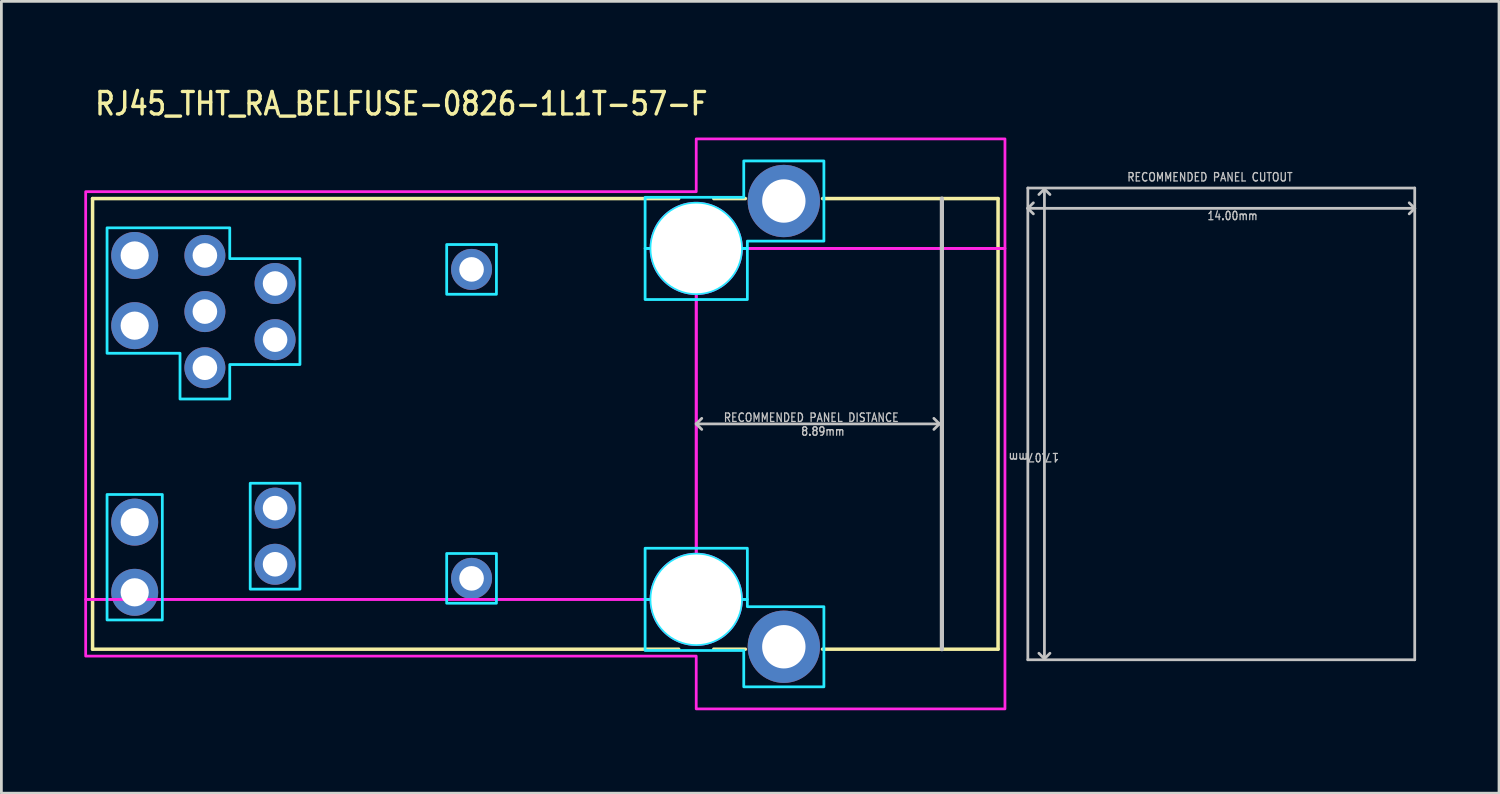
<source format=kicad_pcb>
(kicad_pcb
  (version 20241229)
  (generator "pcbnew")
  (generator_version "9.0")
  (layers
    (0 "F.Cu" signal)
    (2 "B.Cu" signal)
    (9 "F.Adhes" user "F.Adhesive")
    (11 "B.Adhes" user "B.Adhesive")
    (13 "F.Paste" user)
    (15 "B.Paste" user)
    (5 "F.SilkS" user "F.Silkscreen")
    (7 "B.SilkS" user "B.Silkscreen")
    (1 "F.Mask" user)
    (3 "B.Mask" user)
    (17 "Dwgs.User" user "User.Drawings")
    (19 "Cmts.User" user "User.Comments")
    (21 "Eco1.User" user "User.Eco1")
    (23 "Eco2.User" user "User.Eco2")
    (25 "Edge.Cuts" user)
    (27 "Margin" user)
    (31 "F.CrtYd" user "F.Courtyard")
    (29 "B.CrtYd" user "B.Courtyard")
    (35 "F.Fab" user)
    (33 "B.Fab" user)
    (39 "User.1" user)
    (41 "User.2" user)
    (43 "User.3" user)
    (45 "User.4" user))
  (footprint "RJ45_THT_RA_BELFUSE-0826-1L1T-57-F"
    (layer "F.Cu")
    (at 22.144 12.289)
    (property "Reference" "RJ45_THT_RA_BELFUSE-0826-1L1T-57-F" (at -21.82 -11.11 0) (unlocked yes) (layer "F.SilkS") (effects (font (size 0.813 0.695) (thickness 0.122)) (justify left bottom)))
    (fp_poly (pts (xy -20.07 -8.915) (xy -20.07 -5.995) (xy -13.6 -5.995) (xy -13.6 -8.915)) (stroke (width 0) (type solid)) (fill yes) (layer "F.Mask"))
    (fp_poly (pts (xy -20.07 5.995) (xy -20.07 8.915) (xy -13.6 8.915) (xy -13.6 5.995)) (stroke (width 0) (type solid)) (fill yes) (layer "F.Mask"))
    (fp_poly (pts (xy 10.92 -8.915) (xy 10.92 8.915) (xy 3.55 8.915) (xy 3.55 5.995) (xy 9.3 5.995) (xy 9.3 -5.995) (xy 3.55 -5.995) (xy 3.55 -8.915)) (stroke (width 0) (type solid)) (fill yes) (layer "F.Mask"))
    (fp_line (start -21.844 8.153) (end -21.844 -8.153) (stroke (width 0.127) (type solid)) (layer "F.SilkS"))
    (fp_line (start -0.635 -8.153) (end -21.844 -8.153) (stroke (width 0.127) (type solid)) (layer "F.SilkS"))
    (fp_line (start -0.635 8.153) (end -21.844 8.153) (stroke (width 0.127) (type solid)) (layer "F.SilkS"))
    (fp_line (start 1.778 -8.153) (end 0.635 -8.153) (stroke (width 0.127) (type solid)) (layer "F.SilkS"))
    (fp_line (start 1.778 8.153) (end 0.635 8.153) (stroke (width 0.127) (type solid)) (layer "F.SilkS"))
    (fp_line (start 10.922 -8.153) (end 4.572 -8.153) (stroke (width 0.127) (type solid)) (layer "F.SilkS"))
    (fp_line (start 10.922 -8.153) (end 10.922 8.153) (stroke (width 0.127) (type solid)) (layer "F.SilkS"))
    (fp_line (start 10.922 8.153) (end 4.572 8.153) (stroke (width 0.127) (type solid)) (layer "F.SilkS"))
    (fp_line (start 0 0) (end 0.2 -0.2) (stroke (width 0.1) (type solid)) (layer "Dwgs.User"))
    (fp_line (start 0 0) (end 0.2 0.2) (stroke (width 0.1) (type solid)) (layer "Dwgs.User"))
    (fp_line (start 0 0) (end 8.8 0) (stroke (width 0.1) (type solid)) (layer "Dwgs.User"))
    (fp_line (start 8.8 0) (end 8.6 -0.2) (stroke (width 0.1) (type solid)) (layer "Dwgs.User"))
    (fp_line (start 8.8 0) (end 8.6 0.2) (stroke (width 0.1) (type solid)) (layer "Dwgs.User"))
    (fp_line (start 8.89 -8.153) (end 8.89 8.153) (stroke (width 0.152) (type solid)) (layer "Dwgs.User"))
    (fp_line (start 12 -8.535) (end 12 -7.8) (stroke (width 0.1) (type solid)) (layer "Dwgs.User"))
    (fp_line (start 12 -7.8) (end 12 8.535) (stroke (width 0.1) (type solid)) (layer "Dwgs.User"))
    (fp_line (start 12 -7.8) (end 12.2 -7.6) (stroke (width 0.1) (type solid)) (layer "Dwgs.User"))
    (fp_line (start 12 -7.8) (end 26 -7.8) (stroke (width 0.1) (type solid)) (layer "Dwgs.User"))
    (fp_line (start 12 8.535) (end 26 8.535) (stroke (width 0.1) (type solid)) (layer "Dwgs.User"))
    (fp_line (start 12.2 -8) (end 12 -7.8) (stroke (width 0.1) (type solid)) (layer "Dwgs.User"))
    (fp_line (start 12.6 -8.5) (end 12.4 -8.3) (stroke (width 0.1) (type solid)) (layer "Dwgs.User"))
    (fp_line (start 12.6 -8.5) (end 12.6 8.5) (stroke (width 0.1) (type solid)) (layer "Dwgs.User"))
    (fp_line (start 12.6 8.5) (end 12.4 8.3) (stroke (width 0.1) (type solid)) (layer "Dwgs.User"))
    (fp_line (start 12.6 8.5) (end 12.8 8.3) (stroke (width 0.1) (type solid)) (layer "Dwgs.User"))
    (fp_line (start 12.8 -8.3) (end 12.6 -8.5) (stroke (width 0.1) (type solid)) (layer "Dwgs.User"))
    (fp_line (start 25.8 -7.6) (end 26 -7.8) (stroke (width 0.1) (type solid)) (layer "Dwgs.User"))
    (fp_line (start 26 -8.535) (end 12 -8.535) (stroke (width 0.1) (type solid)) (layer "Dwgs.User"))
    (fp_line (start 26 -7.8) (end 25.8 -8) (stroke (width 0.1) (type solid)) (layer "Dwgs.User"))
    (fp_line (start 26 -7.8) (end 26 -8.535) (stroke (width 0.1) (type solid)) (layer "Dwgs.User"))
    (fp_line (start 26 8.535) (end 26 -7.8) (stroke (width 0.1) (type solid)) (layer "Dwgs.User"))
    (fp_poly (pts (xy -21.32 2.555) (xy -19.32 2.555) (xy -19.32 7.095) (xy -21.32 7.095)) (stroke (width 0.1) (type solid)) (fill no) (layer "B.CrtYd"))
    (fp_poly (pts (xy -16.14 2.148) (xy -14.34 2.148) (xy -14.34 5.98) (xy -16.14 5.98)) (stroke (width 0.1) (type solid)) (fill no) (layer "B.CrtYd"))
    (fp_poly (pts (xy -9.03 -6.49) (xy -7.23 -6.49) (xy -7.23 -4.69) (xy -9.03 -4.69)) (stroke (width 0.1) (type solid)) (fill no) (layer "B.CrtYd"))
    (fp_poly (pts (xy -9.03 4.69) (xy -7.23 4.69) (xy -7.23 6.49) (xy -9.03 6.49)) (stroke (width 0.1) (type solid)) (fill no) (layer "B.CrtYd"))
    (fp_poly (pts (xy -21.32 -7.095) (xy -16.88 -7.095) (xy -16.88 -5.98) (xy -14.34 -5.98) (xy -14.34 -2.148) (xy -16.88 -2.148) (xy -16.88 -0.9) (xy -18.68 -0.9) (xy -18.68 -2.555) (xy -21.32 -2.555)) (stroke (width 0.1) (type solid)) (fill no) (layer "B.CrtYd"))
    (fp_poly (pts (xy 1.85 -6.35) (xy 1.85 -4.5) (xy -1.85 -4.5) (xy -1.85 -6.35) (xy -1.635 -6.35) (xy -1.635 -6.35) (xy -1.635 -6.324) (xy -1.635 -6.324) (xy -1.634 -6.299) (xy -1.634 -6.299) (xy -1.633 -6.273) (xy -1.633 -6.273) (xy -1.632 -6.247) (xy -1.632 -6.247) (xy -1.63 -6.222) (xy -1.63 -6.222) (xy -1.628 -6.196) (xy -1.628 -6.196) (xy -1.625 -6.171) (xy -1.625 -6.171) (xy -1.622 -6.145) (xy -1.622 -6.145) (xy -1.619 -6.12) (xy -1.619 -6.12) (xy -1.615 -6.094) (xy -1.615 -6.094) (xy -1.611 -6.069) (xy -1.611 -6.069) (xy -1.606 -6.044) (xy -1.606 -6.044) (xy -1.601 -6.019) (xy -1.601 -6.018) (xy -1.596 -5.993) (xy -1.596 -5.993) (xy -1.59 -5.968) (xy -1.59 -5.968) (xy -1.584 -5.943) (xy -1.584 -5.943) (xy -1.577 -5.919) (xy -1.577 -5.918) (xy -1.57 -5.894) (xy -1.57 -5.894) (xy -1.563 -5.869) (xy -1.563 -5.869) (xy -1.555 -5.845) (xy -1.555 -5.845) (xy -1.547 -5.82) (xy -1.547 -5.82) (xy -1.538 -5.796) (xy -1.538 -5.796) (xy -1.529 -5.772) (xy -1.529 -5.772) (xy -1.52 -5.748) (xy -1.52 -5.748) (xy -1.511 -5.724) (xy -1.511 -5.724) (xy -1.501 -5.701) (xy -1.5 -5.701) (xy -1.49 -5.677) (xy -1.49 -5.677) (xy -1.479 -5.654) (xy -1.479 -5.654) (xy -1.468 -5.631) (xy -1.468 -5.631) (xy -1.457 -5.608) (xy -1.457 -5.608) (xy -1.445 -5.585) (xy -1.445 -5.585) (xy -1.433 -5.562) (xy -1.433 -5.562) (xy -1.42 -5.54) (xy -1.42 -5.54) (xy -1.407 -5.518) (xy -1.407 -5.518) (xy -1.394 -5.496) (xy -1.394 -5.496) (xy -1.381 -5.474) (xy -1.38 -5.474) (xy -1.367 -5.452) (xy -1.367 -5.452) (xy -1.352 -5.431) (xy -1.352 -5.431) (xy -1.338 -5.41) (xy -1.338 -5.41) (xy -1.323 -5.389) (xy -1.323 -5.389) (xy -1.308 -5.368) (xy -1.307 -5.368) (xy -1.292 -5.348) (xy -1.292 -5.348) (xy -1.276 -5.328) (xy -1.276 -5.328) (xy -1.26 -5.308) (xy -1.26 -5.308) (xy -1.243 -5.288) (xy -1.243 -5.288) (xy -1.226 -5.269) (xy -1.226 -5.269) (xy -1.209 -5.25) (xy -1.209 -5.25) (xy -1.192 -5.231) (xy -1.192 -5.231) (xy -1.174 -5.212) (xy -1.174 -5.212) (xy -1.156 -5.194) (xy -1.156 -5.194) (xy -1.138 -5.176) (xy -1.138 -5.176) (xy -1.119 -5.158) (xy -1.119 -5.158) (xy -1.1 -5.141) (xy -1.1 -5.141) (xy -1.081 -5.124) (xy -1.081 -5.124) (xy -1.062 -5.107) (xy -1.062 -5.107) (xy -1.042 -5.09) (xy -1.042 -5.09) (xy -1.022 -5.074) (xy -1.022 -5.074) (xy -1.002 -5.058) (xy -1.002 -5.058) (xy -0.982 -5.043) (xy -0.982 -5.042) (xy -0.961 -5.027) (xy -0.961 -5.027) (xy -0.94 -5.012) (xy -0.94 -5.012) (xy -0.919 -4.998) (xy -0.919 -4.998) (xy -0.898 -4.983) (xy -0.898 -4.983) (xy -0.876 -4.97) (xy -0.876 -4.969) (xy -0.854 -4.956) (xy -0.854 -4.956) (xy -0.832 -4.943) (xy -0.832 -4.943) (xy -0.81 -4.93) (xy -0.81 -4.93) (xy -0.788 -4.917) (xy -0.788 -4.917) (xy -0.765 -4.905) (xy -0.765 -4.905) (xy -0.742 -4.893) (xy -0.742 -4.893) (xy -0.719 -4.882) (xy -0.719 -4.882) (xy -0.696 -4.871) (xy -0.696 -4.871) (xy -0.673 -4.86) (xy -0.673 -4.86) (xy -0.649 -4.85) (xy -0.649 -4.849) (xy -0.626 -4.839) (xy -0.626 -4.839) (xy -0.602 -4.83) (xy -0.602 -4.83) (xy -0.578 -4.821) (xy -0.578 -4.821) (xy -0.554 -4.812) (xy -0.554 -4.812) (xy -0.53 -4.803) (xy -0.53 -4.803) (xy -0.505 -4.795) (xy -0.505 -4.795) (xy -0.481 -4.787) (xy -0.481 -4.787) (xy -0.456 -4.78) (xy -0.456 -4.78) (xy -0.432 -4.773) (xy -0.431 -4.773) (xy -0.407 -4.766) (xy -0.407 -4.766) (xy -0.382 -4.76) (xy -0.382 -4.76) (xy -0.357 -4.754) (xy -0.357 -4.754) (xy -0.332 -4.749) (xy -0.331 -4.749) (xy -0.306 -4.744) (xy -0.306 -4.744) (xy -0.281 -4.739) (xy -0.281 -4.739) (xy -0.256 -4.735) (xy -0.256 -4.735) (xy -0.23 -4.731) (xy -0.23 -4.731) (xy -0.205 -4.728) (xy -0.205 -4.728) (xy -0.179 -4.725) (xy -0.179 -4.725) (xy -0.154 -4.722) (xy -0.154 -4.722) (xy -0.128 -4.72) (xy -0.128 -4.72) (xy -0.103 -4.718) (xy -0.103 -4.718) (xy -0.077 -4.717) (xy -0.077 -4.717) (xy -0.051 -4.716) (xy -0.051 -4.716) (xy -0.026 -4.715) (xy -0.026 -4.715) (xy -0.000078 -4.715) (xy 0.000078 -4.715) (xy 0.026 -4.715) (xy 0.026 -4.715) (xy 0.051 -4.716) (xy 0.051 -4.716) (xy 0.077 -4.717) (xy 0.077 -4.717) (xy 0.103 -4.718) (xy 0.103 -4.718) (xy 0.128 -4.72) (xy 0.128 -4.72) (xy 0.154 -4.722) (xy 0.154 -4.722) (xy 0.179 -4.725) (xy 0.179 -4.725) (xy 0.205 -4.728) (xy 0.205 -4.728) (xy 0.23 -4.731) (xy 0.23 -4.731) (xy 0.256 -4.735) (xy 0.256 -4.735) (xy 0.281 -4.739) (xy 0.281 -4.739) (xy 0.306 -4.744) (xy 0.306 -4.744) (xy 0.331 -4.749) (xy 0.332 -4.749) (xy 0.357 -4.754) (xy 0.357 -4.754) (xy 0.382 -4.76) (xy 0.382 -4.76) (xy 0.407 -4.766) (xy 0.407 -4.766) (xy 0.431 -4.773) (xy 0.432 -4.773) (xy 0.456 -4.78) (xy 0.456 -4.78) (xy 0.481 -4.787) (xy 0.481 -4.787) (xy 0.505 -4.795) (xy 0.505 -4.795) (xy 0.53 -4.803) (xy 0.53 -4.803) (xy 0.554 -4.812) (xy 0.554 -4.812) (xy 0.578 -4.821) (xy 0.578 -4.821) (xy 0.602 -4.83) (xy 0.602 -4.83) (xy 0.626 -4.839) (xy 0.626 -4.839) (xy 0.649 -4.849) (xy 0.649 -4.85) (xy 0.673 -4.86) (xy 0.673 -4.86) (xy 0.696 -4.871) (xy 0.696 -4.871) (xy 0.719 -4.882) (xy 0.719 -4.882) (xy 0.742 -4.893) (xy 0.742 -4.893) (xy 0.765 -4.905) (xy 0.765 -4.905) (xy 0.788 -4.917) (xy 0.788 -4.917) (xy 0.81 -4.93) (xy 0.81 -4.93) (xy 0.832 -4.943) (xy 0.832 -4.943) (xy 0.854 -4.956) (xy 0.854 -4.956) (xy 0.876 -4.969) (xy 0.876 -4.97) (xy 0.898 -4.983) (xy 0.898 -4.983) (xy 0.919 -4.998) (xy 0.919 -4.998) (xy 0.94 -5.012) (xy 0.94 -5.012) (xy 0.961 -5.027) (xy 0.961 -5.027) (xy 0.982 -5.042) (xy 0.982 -5.043) (xy 1.002 -5.058) (xy 1.002 -5.058) (xy 1.022 -5.074) (xy 1.022 -5.074) (xy 1.042 -5.09) (xy 1.042 -5.09) (xy 1.062 -5.107) (xy 1.062 -5.107) (xy 1.081 -5.124) (xy 1.081 -5.124) (xy 1.1 -5.141) (xy 1.1 -5.141) (xy 1.119 -5.158) (xy 1.119 -5.158) (xy 1.138 -5.176) (xy 1.138 -5.176) (xy 1.156 -5.194) (xy 1.156 -5.194) (xy 1.174 -5.212) (xy 1.174 -5.212) (xy 1.192 -5.231) (xy 1.192 -5.231) (xy 1.209 -5.25) (xy 1.209 -5.25) (xy 1.226 -5.269) (xy 1.226 -5.269) (xy 1.243 -5.288) (xy 1.243 -5.288) (xy 1.26 -5.308) (xy 1.26 -5.308) (xy 1.276 -5.328) (xy 1.276 -5.328) (xy 1.292 -5.348) (xy 1.292 -5.348) (xy 1.307 -5.368) (xy 1.308 -5.368) (xy 1.323 -5.389) (xy 1.323 -5.389) (xy 1.338 -5.41) (xy 1.338 -5.41) (xy 1.352 -5.431) (xy 1.352 -5.431) (xy 1.367 -5.452) (xy 1.367 -5.452) (xy 1.38 -5.474) (xy 1.381 -5.474) (xy 1.394 -5.496) (xy 1.394 -5.496) (xy 1.407 -5.518) (xy 1.407 -5.518) (xy 1.42 -5.54) (xy 1.42 -5.54) (xy 1.433 -5.562) (xy 1.433 -5.562) (xy 1.445 -5.585) (xy 1.445 -5.585) (xy 1.457 -5.608) (xy 1.457 -5.608) (xy 1.468 -5.631) (xy 1.468 -5.631) (xy 1.479 -5.654) (xy 1.479 -5.654) (xy 1.49 -5.677) (xy 1.49 -5.677) (xy 1.5 -5.701) (xy 1.501 -5.701) (xy 1.511 -5.724) (xy 1.511 -5.724) (xy 1.52 -5.748) (xy 1.52 -5.748) (xy 1.529 -5.772) (xy 1.529 -5.772) (xy 1.538 -5.796) (xy 1.538 -5.796) (xy 1.547 -5.82) (xy 1.547 -5.82) (xy 1.555 -5.845) (xy 1.555 -5.845) (xy 1.563 -5.869) (xy 1.563 -5.869) (xy 1.57 -5.894) (xy 1.57 -5.894) (xy 1.577 -5.918) (xy 1.577 -5.919) (xy 1.584 -5.943) (xy 1.584 -5.943) (xy 1.59 -5.968) (xy 1.59 -5.968) (xy 1.596 -5.993) (xy 1.596 -5.993) (xy 1.601 -6.018) (xy 1.601 -6.019) (xy 1.606 -6.044) (xy 1.606 -6.044) (xy 1.611 -6.069) (xy 1.611 -6.069) (xy 1.615 -6.094) (xy 1.615 -6.094) (xy 1.619 -6.12) (xy 1.619 -6.12) (xy 1.622 -6.145) (xy 1.622 -6.145) (xy 1.625 -6.171) (xy 1.625 -6.171) (xy 1.628 -6.196) (xy 1.628 -6.196) (xy 1.63 -6.222) (xy 1.63 -6.222) (xy 1.632 -6.247) (xy 1.632 -6.247) (xy 1.633 -6.273) (xy 1.633 -6.273) (xy 1.634 -6.299) (xy 1.634 -6.299) (xy 1.635 -6.324) (xy 1.635 -6.324) (xy 1.635 -6.35) (xy 1.635 -6.35)) (stroke (width 0.1) (type solid)) (fill no) (layer "B.CrtYd"))
    (fp_poly (pts (xy 1.85 4.5) (xy 1.85 6.35) (xy 1.635 6.35) (xy 1.635 6.35) (xy 1.635 6.324) (xy 1.635 6.324) (xy 1.634 6.299) (xy 1.634 6.299) (xy 1.633 6.273) (xy 1.633 6.273) (xy 1.632 6.247) (xy 1.632 6.247) (xy 1.63 6.222) (xy 1.63 6.222) (xy 1.628 6.196) (xy 1.628 6.196) (xy 1.625 6.171) (xy 1.625 6.171) (xy 1.622 6.145) (xy 1.622 6.145) (xy 1.619 6.12) (xy 1.619 6.12) (xy 1.615 6.094) (xy 1.615 6.094) (xy 1.611 6.069) (xy 1.611 6.069) (xy 1.606 6.044) (xy 1.606 6.044) (xy 1.601 6.019) (xy 1.601 6.018) (xy 1.596 5.993) (xy 1.596 5.993) (xy 1.59 5.968) (xy 1.59 5.968) (xy 1.584 5.943) (xy 1.584 5.943) (xy 1.577 5.919) (xy 1.577 5.918) (xy 1.57 5.894) (xy 1.57 5.894) (xy 1.563 5.869) (xy 1.563 5.869) (xy 1.555 5.845) (xy 1.555 5.845) (xy 1.547 5.82) (xy 1.547 5.82) (xy 1.538 5.796) (xy 1.538 5.796) (xy 1.529 5.772) (xy 1.529 5.772) (xy 1.52 5.748) (xy 1.52 5.748) (xy 1.511 5.724) (xy 1.511 5.724) (xy 1.501 5.701) (xy 1.5 5.701) (xy 1.49 5.677) (xy 1.49 5.677) (xy 1.479 5.654) (xy 1.479 5.654) (xy 1.468 5.631) (xy 1.468 5.631) (xy 1.457 5.608) (xy 1.457 5.608) (xy 1.445 5.585) (xy 1.445 5.585) (xy 1.433 5.562) (xy 1.433 5.562) (xy 1.42 5.54) (xy 1.42 5.54) (xy 1.407 5.518) (xy 1.407 5.518) (xy 1.394 5.496) (xy 1.394 5.496) (xy 1.381 5.474) (xy 1.38 5.474) (xy 1.367 5.452) (xy 1.367 5.452) (xy 1.352 5.431) (xy 1.352 5.431) (xy 1.338 5.41) (xy 1.338 5.41) (xy 1.323 5.389) (xy 1.323 5.389) (xy 1.308 5.368) (xy 1.307 5.368) (xy 1.292 5.348) (xy 1.292 5.348) (xy 1.276 5.328) (xy 1.276 5.328) (xy 1.26 5.308) (xy 1.26 5.308) (xy 1.243 5.288) (xy 1.243 5.288) (xy 1.226 5.269) (xy 1.226 5.269) (xy 1.209 5.25) (xy 1.209 5.25) (xy 1.192 5.231) (xy 1.192 5.231) (xy 1.174 5.212) (xy 1.174 5.212) (xy 1.156 5.194) (xy 1.156 5.194) (xy 1.138 5.176) (xy 1.138 5.176) (xy 1.119 5.158) (xy 1.119 5.158) (xy 1.1 5.141) (xy 1.1 5.141) (xy 1.081 5.124) (xy 1.081 5.124) (xy 1.062 5.107) (xy 1.062 5.107) (xy 1.042 5.09) (xy 1.042 5.09) (xy 1.022 5.074) (xy 1.022 5.074) (xy 1.002 5.058) (xy 1.002 5.058) (xy 0.982 5.043) (xy 0.982 5.042) (xy 0.961 5.027) (xy 0.961 5.027) (xy 0.94 5.012) (xy 0.94 5.012) (xy 0.919 4.998) (xy 0.919 4.998) (xy 0.898 4.983) (xy 0.898 4.983) (xy 0.876 4.97) (xy 0.876 4.969) (xy 0.854 4.956) (xy 0.854 4.956) (xy 0.832 4.943) (xy 0.832 4.943) (xy 0.81 4.93) (xy 0.81 4.93) (xy 0.788 4.917) (xy 0.788 4.917) (xy 0.765 4.905) (xy 0.765 4.905) (xy 0.742 4.893) (xy 0.742 4.893) (xy 0.719 4.882) (xy 0.719 4.882) (xy 0.696 4.871) (xy 0.696 4.871) (xy 0.673 4.86) (xy 0.673 4.86) (xy 0.649 4.85) (xy 0.649 4.849) (xy 0.626 4.839) (xy 0.626 4.839) (xy 0.602 4.83) (xy 0.602 4.83) (xy 0.578 4.821) (xy 0.578 4.821) (xy 0.554 4.812) (xy 0.554 4.812) (xy 0.53 4.803) (xy 0.53 4.803) (xy 0.505 4.795) (xy 0.505 4.795) (xy 0.481 4.787) (xy 0.481 4.787) (xy 0.456 4.78) (xy 0.456 4.78) (xy 0.432 4.773) (xy 0.431 4.773) (xy 0.407 4.766) (xy 0.407 4.766) (xy 0.382 4.76) (xy 0.382 4.76) (xy 0.357 4.754) (xy 0.357 4.754) (xy 0.332 4.749) (xy 0.331 4.749) (xy 0.306 4.744) (xy 0.306 4.744) (xy 0.281 4.739) (xy 0.281 4.739) (xy 0.256 4.735) (xy 0.256 4.735) (xy 0.23 4.731) (xy 0.23 4.731) (xy 0.205 4.728) (xy 0.205 4.728) (xy 0.179 4.725) (xy 0.179 4.725) (xy 0.154 4.722) (xy 0.154 4.722) (xy 0.128 4.72) (xy 0.128 4.72) (xy 0.103 4.718) (xy 0.103 4.718) (xy 0.077 4.717) (xy 0.077 4.717) (xy 0.051 4.716) (xy 0.051 4.716) (xy 0.026 4.715) (xy 0.026 4.715) (xy 0.000078 4.715) (xy -0.000078 4.715) (xy -0.026 4.715) (xy -0.026 4.715) (xy -0.051 4.716) (xy -0.051 4.716) (xy -0.077 4.717) (xy -0.077 4.717) (xy -0.103 4.718) (xy -0.103 4.718) (xy -0.128 4.72) (xy -0.128 4.72) (xy -0.154 4.722) (xy -0.154 4.722) (xy -0.179 4.725) (xy -0.179 4.725) (xy -0.205 4.728) (xy -0.205 4.728) (xy -0.23 4.731) (xy -0.23 4.731) (xy -0.256 4.735) (xy -0.256 4.735) (xy -0.281 4.739) (xy -0.281 4.739) (xy -0.306 4.744) (xy -0.306 4.744) (xy -0.331 4.749) (xy -0.332 4.749) (xy -0.357 4.754) (xy -0.357 4.754) (xy -0.382 4.76) (xy -0.382 4.76) (xy -0.407 4.766) (xy -0.407 4.766) (xy -0.431 4.773) (xy -0.432 4.773) (xy -0.456 4.78) (xy -0.456 4.78) (xy -0.481 4.787) (xy -0.481 4.787) (xy -0.505 4.795) (xy -0.505 4.795) (xy -0.53 4.803) (xy -0.53 4.803) (xy -0.554 4.812) (xy -0.554 4.812) (xy -0.578 4.821) (xy -0.578 4.821) (xy -0.602 4.83) (xy -0.602 4.83) (xy -0.626 4.839) (xy -0.626 4.839) (xy -0.649 4.849) (xy -0.649 4.85) (xy -0.673 4.86) (xy -0.673 4.86) (xy -0.696 4.871) (xy -0.696 4.871) (xy -0.719 4.882) (xy -0.719 4.882) (xy -0.742 4.893) (xy -0.742 4.893) (xy -0.765 4.905) (xy -0.765 4.905) (xy -0.788 4.917) (xy -0.788 4.917) (xy -0.81 4.93) (xy -0.81 4.93) (xy -0.832 4.943) (xy -0.832 4.943) (xy -0.854 4.956) (xy -0.854 4.956) (xy -0.876 4.969) (xy -0.876 4.97) (xy -0.898 4.983) (xy -0.898 4.983) (xy -0.919 4.998) (xy -0.919 4.998) (xy -0.94 5.012) (xy -0.94 5.012) (xy -0.961 5.027) (xy -0.961 5.027) (xy -0.982 5.042) (xy -0.982 5.043) (xy -1.002 5.058) (xy -1.002 5.058) (xy -1.022 5.074) (xy -1.022 5.074) (xy -1.042 5.09) (xy -1.042 5.09) (xy -1.062 5.107) (xy -1.062 5.107) (xy -1.081 5.124) (xy -1.081 5.124) (xy -1.1 5.141) (xy -1.1 5.141) (xy -1.119 5.158) (xy -1.119 5.158) (xy -1.138 5.176) (xy -1.138 5.176) (xy -1.156 5.194) (xy -1.156 5.194) (xy -1.174 5.212) (xy -1.174 5.212) (xy -1.192 5.231) (xy -1.192 5.231) (xy -1.209 5.25) (xy -1.209 5.25) (xy -1.226 5.269) (xy -1.226 5.269) (xy -1.243 5.288) (xy -1.243 5.288) (xy -1.26 5.308) (xy -1.26 5.308) (xy -1.276 5.328) (xy -1.276 5.328) (xy -1.292 5.348) (xy -1.292 5.348) (xy -1.307 5.368) (xy -1.308 5.368) (xy -1.323 5.389) (xy -1.323 5.389) (xy -1.338 5.41) (xy -1.338 5.41) (xy -1.352 5.431) (xy -1.352 5.431) (xy -1.367 5.452) (xy -1.367 5.452) (xy -1.38 5.474) (xy -1.381 5.474) (xy -1.394 5.496) (xy -1.394 5.496) (xy -1.407 5.518) (xy -1.407 5.518) (xy -1.42 5.54) (xy -1.42 5.54) (xy -1.433 5.562) (xy -1.433 5.562) (xy -1.445 5.585) (xy -1.445 5.585) (xy -1.457 5.608) (xy -1.457 5.608) (xy -1.468 5.631) (xy -1.468 5.631) (xy -1.479 5.654) (xy -1.479 5.654) (xy -1.49 5.677) (xy -1.49 5.677) (xy -1.5 5.701) (xy -1.501 5.701) (xy -1.511 5.724) (xy -1.511 5.724) (xy -1.52 5.748) (xy -1.52 5.748) (xy -1.529 5.772) (xy -1.529 5.772) (xy -1.538 5.796) (xy -1.538 5.796) (xy -1.547 5.82) (xy -1.547 5.82) (xy -1.555 5.845) (xy -1.555 5.845) (xy -1.563 5.869) (xy -1.563 5.869) (xy -1.57 5.894) (xy -1.57 5.894) (xy -1.577 5.918) (xy -1.577 5.919) (xy -1.584 5.943) (xy -1.584 5.943) (xy -1.59 5.968) (xy -1.59 5.968) (xy -1.596 5.993) (xy -1.596 5.993) (xy -1.601 6.018) (xy -1.601 6.019) (xy -1.606 6.044) (xy -1.606 6.044) (xy -1.611 6.069) (xy -1.611 6.069) (xy -1.615 6.094) (xy -1.615 6.094) (xy -1.619 6.12) (xy -1.619 6.12) (xy -1.622 6.145) (xy -1.622 6.145) (xy -1.625 6.171) (xy -1.625 6.171) (xy -1.628 6.196) (xy -1.628 6.196) (xy -1.63 6.222) (xy -1.63 6.222) (xy -1.632 6.247) (xy -1.632 6.247) (xy -1.633 6.273) (xy -1.633 6.273) (xy -1.634 6.299) (xy -1.634 6.299) (xy -1.635 6.324) (xy -1.635 6.324) (xy -1.635 6.35) (xy -1.635 6.35) (xy -1.85 6.35) (xy -1.85 4.5)) (stroke (width 0.1) (type solid)) (fill no) (layer "B.CrtYd"))
    (fp_poly (pts (xy 1.72 -8.2) (xy 1.72 -9.515) (xy 4.62 -9.515) (xy 4.62 -6.615) (xy 1.85 -6.615) (xy 1.85 -6.35) (xy 1.635 -6.35) (xy 1.635 -6.35) (xy 1.635 -6.376) (xy 1.635 -6.376) (xy 1.634 -6.401) (xy 1.634 -6.401) (xy 1.633 -6.427) (xy 1.633 -6.427) (xy 1.632 -6.453) (xy 1.632 -6.453) (xy 1.63 -6.478) (xy 1.63 -6.478) (xy 1.628 -6.504) (xy 1.628 -6.504) (xy 1.625 -6.529) (xy 1.625 -6.529) (xy 1.622 -6.555) (xy 1.622 -6.555) (xy 1.619 -6.58) (xy 1.619 -6.58) (xy 1.615 -6.606) (xy 1.615 -6.606) (xy 1.611 -6.631) (xy 1.611 -6.631) (xy 1.606 -6.656) (xy 1.606 -6.656) (xy 1.601 -6.681) (xy 1.601 -6.682) (xy 1.596 -6.707) (xy 1.596 -6.707) (xy 1.59 -6.732) (xy 1.59 -6.732) (xy 1.584 -6.757) (xy 1.584 -6.757) (xy 1.577 -6.781) (xy 1.577 -6.782) (xy 1.57 -6.806) (xy 1.57 -6.806) (xy 1.563 -6.831) (xy 1.563 -6.831) (xy 1.555 -6.855) (xy 1.555 -6.855) (xy 1.547 -6.88) (xy 1.547 -6.88) (xy 1.538 -6.904) (xy 1.538 -6.904) (xy 1.529 -6.928) (xy 1.529 -6.928) (xy 1.52 -6.952) (xy 1.52 -6.952) (xy 1.511 -6.976) (xy 1.511 -6.976) (xy 1.501 -6.999) (xy 1.5 -6.999) (xy 1.49 -7.023) (xy 1.49 -7.023) (xy 1.479 -7.046) (xy 1.479 -7.046) (xy 1.468 -7.069) (xy 1.468 -7.069) (xy 1.457 -7.092) (xy 1.457 -7.092) (xy 1.445 -7.115) (xy 1.445 -7.115) (xy 1.433 -7.138) (xy 1.433 -7.138) (xy 1.42 -7.16) (xy 1.42 -7.16) (xy 1.407 -7.182) (xy 1.407 -7.182) (xy 1.394 -7.204) (xy 1.394 -7.204) (xy 1.381 -7.226) (xy 1.38 -7.226) (xy 1.367 -7.248) (xy 1.367 -7.248) (xy 1.352 -7.269) (xy 1.352 -7.269) (xy 1.338 -7.29) (xy 1.338 -7.29) (xy 1.323 -7.311) (xy 1.323 -7.311) (xy 1.308 -7.332) (xy 1.307 -7.332) (xy 1.292 -7.352) (xy 1.292 -7.352) (xy 1.276 -7.372) (xy 1.276 -7.372) (xy 1.26 -7.392) (xy 1.26 -7.392) (xy 1.243 -7.412) (xy 1.243 -7.412) (xy 1.226 -7.431) (xy 1.226 -7.431) (xy 1.209 -7.45) (xy 1.209 -7.45) (xy 1.192 -7.469) (xy 1.192 -7.469) (xy 1.174 -7.488) (xy 1.174 -7.488) (xy 1.156 -7.506) (xy 1.156 -7.506) (xy 1.138 -7.524) (xy 1.138 -7.524) (xy 1.119 -7.542) (xy 1.119 -7.542) (xy 1.1 -7.559) (xy 1.1 -7.559) (xy 1.081 -7.576) (xy 1.081 -7.576) (xy 1.062 -7.593) (xy 1.062 -7.593) (xy 1.042 -7.61) (xy 1.042 -7.61) (xy 1.022 -7.626) (xy 1.022 -7.626) (xy 1.002 -7.642) (xy 1.002 -7.642) (xy 0.982 -7.657) (xy 0.982 -7.658) (xy 0.961 -7.673) (xy 0.961 -7.673) (xy 0.94 -7.688) (xy 0.94 -7.688) (xy 0.919 -7.702) (xy 0.919 -7.702) (xy 0.898 -7.717) (xy 0.898 -7.717) (xy 0.876 -7.73) (xy 0.876 -7.731) (xy 0.854 -7.744) (xy 0.854 -7.744) (xy 0.832 -7.757) (xy 0.832 -7.757) (xy 0.81 -7.77) (xy 0.81 -7.77) (xy 0.788 -7.783) (xy 0.788 -7.783) (xy 0.765 -7.795) (xy 0.765 -7.795) (xy 0.742 -7.807) (xy 0.742 -7.807) (xy 0.719 -7.818) (xy 0.719 -7.818) (xy 0.696 -7.829) (xy 0.696 -7.829) (xy 0.673 -7.84) (xy 0.673 -7.84) (xy 0.649 -7.85) (xy 0.649 -7.851) (xy 0.626 -7.861) (xy 0.626 -7.861) (xy 0.602 -7.87) (xy 0.602 -7.87) (xy 0.578 -7.879) (xy 0.578 -7.879) (xy 0.554 -7.888) (xy 0.554 -7.888) (xy 0.53 -7.897) (xy 0.53 -7.897) (xy 0.505 -7.905) (xy 0.505 -7.905) (xy 0.481 -7.913) (xy 0.481 -7.913) (xy 0.456 -7.92) (xy 0.456 -7.92) (xy 0.432 -7.927) (xy 0.431 -7.927) (xy 0.407 -7.934) (xy 0.407 -7.934) (xy 0.382 -7.94) (xy 0.382 -7.94) (xy 0.357 -7.946) (xy 0.357 -7.946) (xy 0.332 -7.951) (xy 0.331 -7.951) (xy 0.306 -7.956) (xy 0.306 -7.956) (xy 0.281 -7.961) (xy 0.281 -7.961) (xy 0.256 -7.965) (xy 0.256 -7.965) (xy 0.23 -7.969) (xy 0.23 -7.969) (xy 0.205 -7.972) (xy 0.205 -7.972) (xy 0.179 -7.975) (xy 0.179 -7.975) (xy 0.154 -7.978) (xy 0.154 -7.978) (xy 0.128 -7.98) (xy 0.128 -7.98) (xy 0.103 -7.982) (xy 0.103 -7.982) (xy 0.077 -7.983) (xy 0.077 -7.983) (xy 0.051 -7.984) (xy 0.051 -7.984) (xy 0.026 -7.985) (xy 0.026 -7.985) (xy 0.000078 -7.985) (xy -0.000078 -7.985) (xy -0.026 -7.985) (xy -0.026 -7.985) (xy -0.051 -7.984) (xy -0.051 -7.984) (xy -0.077 -7.983) (xy -0.077 -7.983) (xy -0.103 -7.982) (xy -0.103 -7.982) (xy -0.128 -7.98) (xy -0.128 -7.98) (xy -0.154 -7.978) (xy -0.154 -7.978) (xy -0.179 -7.975) (xy -0.179 -7.975) (xy -0.205 -7.972) (xy -0.205 -7.972) (xy -0.23 -7.969) (xy -0.23 -7.969) (xy -0.256 -7.965) (xy -0.256 -7.965) (xy -0.281 -7.961) (xy -0.281 -7.961) (xy -0.306 -7.956) (xy -0.306 -7.956) (xy -0.331 -7.951) (xy -0.332 -7.951) (xy -0.357 -7.946) (xy -0.357 -7.946) (xy -0.382 -7.94) (xy -0.382 -7.94) (xy -0.407 -7.934) (xy -0.407 -7.934) (xy -0.431 -7.927) (xy -0.432 -7.927) (xy -0.456 -7.92) (xy -0.456 -7.92) (xy -0.481 -7.913) (xy -0.481 -7.913) (xy -0.505 -7.905) (xy -0.505 -7.905) (xy -0.53 -7.897) (xy -0.53 -7.897) (xy -0.554 -7.888) (xy -0.554 -7.888) (xy -0.578 -7.879) (xy -0.578 -7.879) (xy -0.602 -7.87) (xy -0.602 -7.87) (xy -0.626 -7.861) (xy -0.626 -7.861) (xy -0.649 -7.851) (xy -0.649 -7.85) (xy -0.673 -7.84) (xy -0.673 -7.84) (xy -0.696 -7.829) (xy -0.696 -7.829) (xy -0.719 -7.818) (xy -0.719 -7.818) (xy -0.742 -7.807) (xy -0.742 -7.807) (xy -0.765 -7.795) (xy -0.765 -7.795) (xy -0.788 -7.783) (xy -0.788 -7.783) (xy -0.81 -7.77) (xy -0.81 -7.77) (xy -0.832 -7.757) (xy -0.832 -7.757) (xy -0.854 -7.744) (xy -0.854 -7.744) (xy -0.876 -7.731) (xy -0.876 -7.73) (xy -0.898 -7.717) (xy -0.898 -7.717) (xy -0.919 -7.702) (xy -0.919 -7.702) (xy -0.94 -7.688) (xy -0.94 -7.688) (xy -0.961 -7.673) (xy -0.961 -7.673) (xy -0.982 -7.658) (xy -0.982 -7.657) (xy -1.002 -7.642) (xy -1.002 -7.642) (xy -1.022 -7.626) (xy -1.022 -7.626) (xy -1.042 -7.61) (xy -1.042 -7.61) (xy -1.062 -7.593) (xy -1.062 -7.593) (xy -1.081 -7.576) (xy -1.081 -7.576) (xy -1.1 -7.559) (xy -1.1 -7.559) (xy -1.119 -7.542) (xy -1.119 -7.542) (xy -1.138 -7.524) (xy -1.138 -7.524) (xy -1.156 -7.506) (xy -1.156 -7.506) (xy -1.174 -7.488) (xy -1.174 -7.488) (xy -1.192 -7.469) (xy -1.192 -7.469) (xy -1.209 -7.45) (xy -1.209 -7.45) (xy -1.226 -7.431) (xy -1.226 -7.431) (xy -1.243 -7.412) (xy -1.243 -7.412) (xy -1.26 -7.392) (xy -1.26 -7.392) (xy -1.276 -7.372) (xy -1.276 -7.372) (xy -1.292 -7.352) (xy -1.292 -7.352) (xy -1.307 -7.332) (xy -1.308 -7.332) (xy -1.323 -7.311) (xy -1.323 -7.311) (xy -1.338 -7.29) (xy -1.338 -7.29) (xy -1.352 -7.269) (xy -1.352 -7.269) (xy -1.367 -7.248) (xy -1.367 -7.248) (xy -1.38 -7.226) (xy -1.381 -7.226) (xy -1.394 -7.204) (xy -1.394 -7.204) (xy -1.407 -7.182) (xy -1.407 -7.182) (xy -1.42 -7.16) (xy -1.42 -7.16) (xy -1.433 -7.138) (xy -1.433 -7.138) (xy -1.445 -7.115) (xy -1.445 -7.115) (xy -1.457 -7.092) (xy -1.457 -7.092) (xy -1.468 -7.069) (xy -1.468 -7.069) (xy -1.479 -7.046) (xy -1.479 -7.046) (xy -1.49 -7.023) (xy -1.49 -7.023) (xy -1.5 -6.999) (xy -1.501 -6.999) (xy -1.511 -6.976) (xy -1.511 -6.976) (xy -1.52 -6.952) (xy -1.52 -6.952) (xy -1.529 -6.928) (xy -1.529 -6.928) (xy -1.538 -6.904) (xy -1.538 -6.904) (xy -1.547 -6.88) (xy -1.547 -6.88) (xy -1.555 -6.855) (xy -1.555 -6.855) (xy -1.563 -6.831) (xy -1.563 -6.831) (xy -1.57 -6.806) (xy -1.57 -6.806) (xy -1.577 -6.782) (xy -1.577 -6.781) (xy -1.584 -6.757) (xy -1.584 -6.757) (xy -1.59 -6.732) (xy -1.59 -6.732) (xy -1.596 -6.707) (xy -1.596 -6.707) (xy -1.601 -6.682) (xy -1.601 -6.681) (xy -1.606 -6.656) (xy -1.606 -6.656) (xy -1.611 -6.631) (xy -1.611 -6.631) (xy -1.615 -6.606) (xy -1.615 -6.606) (xy -1.619 -6.58) (xy -1.619 -6.58) (xy -1.622 -6.555) (xy -1.622 -6.555) (xy -1.625 -6.529) (xy -1.625 -6.529) (xy -1.628 -6.504) (xy -1.628 -6.504) (xy -1.63 -6.478) (xy -1.63 -6.478) (xy -1.632 -6.453) (xy -1.632 -6.453) (xy -1.633 -6.427) (xy -1.633 -6.427) (xy -1.634 -6.401) (xy -1.634 -6.401) (xy -1.635 -6.376) (xy -1.635 -6.376) (xy -1.635 -6.35) (xy -1.635 -6.35) (xy -1.85 -6.35) (xy -1.85 -8.2)) (stroke (width 0.1) (type solid)) (fill no) (layer "B.CrtYd"))
    (fp_poly (pts (xy 1.85 6.35) (xy 1.85 6.615) (xy 4.62 6.615) (xy 4.62 9.515) (xy 1.72 9.515) (xy 1.72 8.2) (xy -1.85 8.2) (xy -1.85 6.35) (xy -1.635 6.35) (xy -1.635 6.35) (xy -1.635 6.376) (xy -1.635 6.376) (xy -1.634 6.401) (xy -1.634 6.401) (xy -1.633 6.427) (xy -1.633 6.427) (xy -1.632 6.453) (xy -1.632 6.453) (xy -1.63 6.478) (xy -1.63 6.478) (xy -1.628 6.504) (xy -1.628 6.504) (xy -1.625 6.529) (xy -1.625 6.529) (xy -1.622 6.555) (xy -1.622 6.555) (xy -1.619 6.58) (xy -1.619 6.58) (xy -1.615 6.606) (xy -1.615 6.606) (xy -1.611 6.631) (xy -1.611 6.631) (xy -1.606 6.656) (xy -1.606 6.656) (xy -1.601 6.681) (xy -1.601 6.682) (xy -1.596 6.707) (xy -1.596 6.707) (xy -1.59 6.732) (xy -1.59 6.732) (xy -1.584 6.757) (xy -1.584 6.757) (xy -1.577 6.781) (xy -1.577 6.782) (xy -1.57 6.806) (xy -1.57 6.806) (xy -1.563 6.831) (xy -1.563 6.831) (xy -1.555 6.855) (xy -1.555 6.855) (xy -1.547 6.88) (xy -1.547 6.88) (xy -1.538 6.904) (xy -1.538 6.904) (xy -1.529 6.928) (xy -1.529 6.928) (xy -1.52 6.952) (xy -1.52 6.952) (xy -1.511 6.976) (xy -1.511 6.976) (xy -1.501 6.999) (xy -1.5 6.999) (xy -1.49 7.023) (xy -1.49 7.023) (xy -1.479 7.046) (xy -1.479 7.046) (xy -1.468 7.069) (xy -1.468 7.069) (xy -1.457 7.092) (xy -1.457 7.092) (xy -1.445 7.115) (xy -1.445 7.115) (xy -1.433 7.138) (xy -1.433 7.138) (xy -1.42 7.16) (xy -1.42 7.16) (xy -1.407 7.182) (xy -1.407 7.182) (xy -1.394 7.204) (xy -1.394 7.204) (xy -1.381 7.226) (xy -1.38 7.226) (xy -1.367 7.248) (xy -1.367 7.248) (xy -1.352 7.269) (xy -1.352 7.269) (xy -1.338 7.29) (xy -1.338 7.29) (xy -1.323 7.311) (xy -1.323 7.311) (xy -1.308 7.332) (xy -1.307 7.332) (xy -1.292 7.352) (xy -1.292 7.352) (xy -1.276 7.372) (xy -1.276 7.372) (xy -1.26 7.392) (xy -1.26 7.392) (xy -1.243 7.412) (xy -1.243 7.412) (xy -1.226 7.431) (xy -1.226 7.431) (xy -1.209 7.45) (xy -1.209 7.45) (xy -1.192 7.469) (xy -1.192 7.469) (xy -1.174 7.488) (xy -1.174 7.488) (xy -1.156 7.506) (xy -1.156 7.506) (xy -1.138 7.524) (xy -1.138 7.524) (xy -1.119 7.542) (xy -1.119 7.542) (xy -1.1 7.559) (xy -1.1 7.559) (xy -1.081 7.576) (xy -1.081 7.576) (xy -1.062 7.593) (xy -1.062 7.593) (xy -1.042 7.61) (xy -1.042 7.61) (xy -1.022 7.626) (xy -1.022 7.626) (xy -1.002 7.642) (xy -1.002 7.642) (xy -0.982 7.657) (xy -0.982 7.658) (xy -0.961 7.673) (xy -0.961 7.673) (xy -0.94 7.688) (xy -0.94 7.688) (xy -0.919 7.702) (xy -0.919 7.702) (xy -0.898 7.717) (xy -0.898 7.717) (xy -0.876 7.73) (xy -0.876 7.731) (xy -0.854 7.744) (xy -0.854 7.744) (xy -0.832 7.757) (xy -0.832 7.757) (xy -0.81 7.77) (xy -0.81 7.77) (xy -0.788 7.783) (xy -0.788 7.783) (xy -0.765 7.795) (xy -0.765 7.795) (xy -0.742 7.807) (xy -0.742 7.807) (xy -0.719 7.818) (xy -0.719 7.818) (xy -0.696 7.829) (xy -0.696 7.829) (xy -0.673 7.84) (xy -0.673 7.84) (xy -0.649 7.85) (xy -0.649 7.851) (xy -0.626 7.861) (xy -0.626 7.861) (xy -0.602 7.87) (xy -0.602 7.87) (xy -0.578 7.879) (xy -0.578 7.879) (xy -0.554 7.888) (xy -0.554 7.888) (xy -0.53 7.897) (xy -0.53 7.897) (xy -0.505 7.905) (xy -0.505 7.905) (xy -0.481 7.913) (xy -0.481 7.913) (xy -0.456 7.92) (xy -0.456 7.92) (xy -0.432 7.927) (xy -0.431 7.927) (xy -0.407 7.934) (xy -0.407 7.934) (xy -0.382 7.94) (xy -0.382 7.94) (xy -0.357 7.946) (xy -0.357 7.946) (xy -0.332 7.951) (xy -0.331 7.951) (xy -0.306 7.956) (xy -0.306 7.956) (xy -0.281 7.961) (xy -0.281 7.961) (xy -0.256 7.965) (xy -0.256 7.965) (xy -0.23 7.969) (xy -0.23 7.969) (xy -0.205 7.972) (xy -0.205 7.972) (xy -0.179 7.975) (xy -0.179 7.975) (xy -0.154 7.978) (xy -0.154 7.978) (xy -0.128 7.98) (xy -0.128 7.98) (xy -0.103 7.982) (xy -0.103 7.982) (xy -0.077 7.983) (xy -0.077 7.983) (xy -0.051 7.984) (xy -0.051 7.984) (xy -0.026 7.985) (xy -0.026 7.985) (xy -0.000078 7.985) (xy 0.000078 7.985) (xy 0.026 7.985) (xy 0.026 7.985) (xy 0.051 7.984) (xy 0.051 7.984) (xy 0.077 7.983) (xy 0.077 7.983) (xy 0.103 7.982) (xy 0.103 7.982) (xy 0.128 7.98) (xy 0.128 7.98) (xy 0.154 7.978) (xy 0.154 7.978) (xy 0.179 7.975) (xy 0.179 7.975) (xy 0.205 7.972) (xy 0.205 7.972) (xy 0.23 7.969) (xy 0.23 7.969) (xy 0.256 7.965) (xy 0.256 7.965) (xy 0.281 7.961) (xy 0.281 7.961) (xy 0.306 7.956) (xy 0.306 7.956) (xy 0.331 7.951) (xy 0.332 7.951) (xy 0.357 7.946) (xy 0.357 7.946) (xy 0.382 7.94) (xy 0.382 7.94) (xy 0.407 7.934) (xy 0.407 7.934) (xy 0.431 7.927) (xy 0.432 7.927) (xy 0.456 7.92) (xy 0.456 7.92) (xy 0.481 7.913) (xy 0.481 7.913) (xy 0.505 7.905) (xy 0.505 7.905) (xy 0.53 7.897) (xy 0.53 7.897) (xy 0.554 7.888) (xy 0.554 7.888) (xy 0.578 7.879) (xy 0.578 7.879) (xy 0.602 7.87) (xy 0.602 7.87) (xy 0.626 7.861) (xy 0.626 7.861) (xy 0.649 7.851) (xy 0.649 7.85) (xy 0.673 7.84) (xy 0.673 7.84) (xy 0.696 7.829) (xy 0.696 7.829) (xy 0.719 7.818) (xy 0.719 7.818) (xy 0.742 7.807) (xy 0.742 7.807) (xy 0.765 7.795) (xy 0.765 7.795) (xy 0.788 7.783) (xy 0.788 7.783) (xy 0.81 7.77) (xy 0.81 7.77) (xy 0.832 7.757) (xy 0.832 7.757) (xy 0.854 7.744) (xy 0.854 7.744) (xy 0.876 7.731) (xy 0.876 7.73) (xy 0.898 7.717) (xy 0.898 7.717) (xy 0.919 7.702) (xy 0.919 7.702) (xy 0.94 7.688) (xy 0.94 7.688) (xy 0.961 7.673) (xy 0.961 7.673) (xy 0.982 7.658) (xy 0.982 7.657) (xy 1.002 7.642) (xy 1.002 7.642) (xy 1.022 7.626) (xy 1.022 7.626) (xy 1.042 7.61) (xy 1.042 7.61) (xy 1.062 7.593) (xy 1.062 7.593) (xy 1.081 7.576) (xy 1.081 7.576) (xy 1.1 7.559) (xy 1.1 7.559) (xy 1.119 7.542) (xy 1.119 7.542) (xy 1.138 7.524) (xy 1.138 7.524) (xy 1.156 7.506) (xy 1.156 7.506) (xy 1.174 7.488) (xy 1.174 7.488) (xy 1.192 7.469) (xy 1.192 7.469) (xy 1.209 7.45) (xy 1.209 7.45) (xy 1.226 7.431) (xy 1.226 7.431) (xy 1.243 7.412) (xy 1.243 7.412) (xy 1.26 7.392) (xy 1.26 7.392) (xy 1.276 7.372) (xy 1.276 7.372) (xy 1.292 7.352) (xy 1.292 7.352) (xy 1.307 7.332) (xy 1.308 7.332) (xy 1.323 7.311) (xy 1.323 7.311) (xy 1.338 7.29) (xy 1.338 7.29) (xy 1.352 7.269) (xy 1.352 7.269) (xy 1.367 7.248) (xy 1.367 7.248) (xy 1.38 7.226) (xy 1.381 7.226) (xy 1.394 7.204) (xy 1.394 7.204) (xy 1.407 7.182) (xy 1.407 7.182) (xy 1.42 7.16) (xy 1.42 7.16) (xy 1.433 7.138) (xy 1.433 7.138) (xy 1.445 7.115) (xy 1.445 7.115) (xy 1.457 7.092) (xy 1.457 7.092) (xy 1.468 7.069) (xy 1.468 7.069) (xy 1.479 7.046) (xy 1.479 7.046) (xy 1.49 7.023) (xy 1.49 7.023) (xy 1.5 6.999) (xy 1.501 6.999) (xy 1.511 6.976) (xy 1.511 6.976) (xy 1.52 6.952) (xy 1.52 6.952) (xy 1.529 6.928) (xy 1.529 6.928) (xy 1.538 6.904) (xy 1.538 6.904) (xy 1.547 6.88) (xy 1.547 6.88) (xy 1.555 6.855) (xy 1.555 6.855) (xy 1.563 6.831) (xy 1.563 6.831) (xy 1.57 6.806) (xy 1.57 6.806) (xy 1.577 6.782) (xy 1.577 6.781) (xy 1.584 6.757) (xy 1.584 6.757) (xy 1.59 6.732) (xy 1.59 6.732) (xy 1.596 6.707) (xy 1.596 6.707) (xy 1.601 6.682) (xy 1.601 6.681) (xy 1.606 6.656) (xy 1.606 6.656) (xy 1.611 6.631) (xy 1.611 6.631) (xy 1.615 6.606) (xy 1.615 6.606) (xy 1.619 6.58) (xy 1.619 6.58) (xy 1.622 6.555) (xy 1.622 6.555) (xy 1.625 6.529) (xy 1.625 6.529) (xy 1.628 6.504) (xy 1.628 6.504) (xy 1.63 6.478) (xy 1.63 6.478) (xy 1.632 6.453) (xy 1.632 6.453) (xy 1.633 6.427) (xy 1.633 6.427) (xy 1.634 6.401) (xy 1.634 6.401) (xy 1.635 6.376) (xy 1.635 6.376) (xy 1.635 6.35) (xy 1.635 6.35)) (stroke (width 0.1) (type solid)) (fill no) (layer "B.CrtYd"))
    (fp_poly (pts (xy 0 -8.403) (xy 0 -10.313) (xy 11.172 -10.313) (xy 11.172 -6.35) (xy 1.635 -6.35) (xy 1.635 -6.35) (xy 1.635 -6.376) (xy 1.635 -6.376) (xy 1.634 -6.401) (xy 1.634 -6.401) (xy 1.633 -6.427) (xy 1.633 -6.427) (xy 1.632 -6.453) (xy 1.632 -6.453) (xy 1.63 -6.478) (xy 1.63 -6.478) (xy 1.628 -6.504) (xy 1.628 -6.504) (xy 1.625 -6.529) (xy 1.625 -6.529) (xy 1.622 -6.555) (xy 1.622 -6.555) (xy 1.619 -6.58) (xy 1.619 -6.58) (xy 1.615 -6.606) (xy 1.615 -6.606) (xy 1.611 -6.631) (xy 1.611 -6.631) (xy 1.606 -6.656) (xy 1.606 -6.656) (xy 1.601 -6.681) (xy 1.601 -6.682) (xy 1.596 -6.707) (xy 1.596 -6.707) (xy 1.59 -6.732) (xy 1.59 -6.732) (xy 1.584 -6.757) (xy 1.584 -6.757) (xy 1.577 -6.781) (xy 1.577 -6.782) (xy 1.57 -6.806) (xy 1.57 -6.806) (xy 1.563 -6.831) (xy 1.563 -6.831) (xy 1.555 -6.855) (xy 1.555 -6.855) (xy 1.547 -6.88) (xy 1.547 -6.88) (xy 1.538 -6.904) (xy 1.538 -6.904) (xy 1.529 -6.928) (xy 1.529 -6.928) (xy 1.52 -6.952) (xy 1.52 -6.952) (xy 1.511 -6.976) (xy 1.511 -6.976) (xy 1.501 -6.999) (xy 1.5 -6.999) (xy 1.49 -7.023) (xy 1.49 -7.023) (xy 1.479 -7.046) (xy 1.479 -7.046) (xy 1.468 -7.069) (xy 1.468 -7.069) (xy 1.457 -7.092) (xy 1.457 -7.092) (xy 1.445 -7.115) (xy 1.445 -7.115) (xy 1.433 -7.138) (xy 1.433 -7.138) (xy 1.42 -7.16) (xy 1.42 -7.16) (xy 1.407 -7.182) (xy 1.407 -7.182) (xy 1.394 -7.204) (xy 1.394 -7.204) (xy 1.381 -7.226) (xy 1.38 -7.226) (xy 1.367 -7.248) (xy 1.367 -7.248) (xy 1.352 -7.269) (xy 1.352 -7.269) (xy 1.338 -7.29) (xy 1.338 -7.29) (xy 1.323 -7.311) (xy 1.323 -7.311) (xy 1.308 -7.332) (xy 1.307 -7.332) (xy 1.292 -7.352) (xy 1.292 -7.352) (xy 1.276 -7.372) (xy 1.276 -7.372) (xy 1.26 -7.392) (xy 1.26 -7.392) (xy 1.243 -7.412) (xy 1.243 -7.412) (xy 1.226 -7.431) (xy 1.226 -7.431) (xy 1.209 -7.45) (xy 1.209 -7.45) (xy 1.192 -7.469) (xy 1.192 -7.469) (xy 1.174 -7.488) (xy 1.174 -7.488) (xy 1.156 -7.506) (xy 1.156 -7.506) (xy 1.138 -7.524) (xy 1.138 -7.524) (xy 1.119 -7.542) (xy 1.119 -7.542) (xy 1.1 -7.559) (xy 1.1 -7.559) (xy 1.081 -7.576) (xy 1.081 -7.576) (xy 1.062 -7.593) (xy 1.062 -7.593) (xy 1.042 -7.61) (xy 1.042 -7.61) (xy 1.022 -7.626) (xy 1.022 -7.626) (xy 1.002 -7.642) (xy 1.002 -7.642) (xy 0.982 -7.657) (xy 0.982 -7.658) (xy 0.961 -7.673) (xy 0.961 -7.673) (xy 0.94 -7.688) (xy 0.94 -7.688) (xy 0.919 -7.702) (xy 0.919 -7.702) (xy 0.898 -7.717) (xy 0.898 -7.717) (xy 0.876 -7.73) (xy 0.876 -7.731) (xy 0.854 -7.744) (xy 0.854 -7.744) (xy 0.832 -7.757) (xy 0.832 -7.757) (xy 0.81 -7.77) (xy 0.81 -7.77) (xy 0.788 -7.783) (xy 0.788 -7.783) (xy 0.765 -7.795) (xy 0.765 -7.795) (xy 0.742 -7.807) (xy 0.742 -7.807) (xy 0.719 -7.818) (xy 0.719 -7.818) (xy 0.696 -7.829) (xy 0.696 -7.829) (xy 0.673 -7.84) (xy 0.673 -7.84) (xy 0.649 -7.85) (xy 0.649 -7.851) (xy 0.626 -7.861) (xy 0.626 -7.861) (xy 0.602 -7.87) (xy 0.602 -7.87) (xy 0.578 -7.879) (xy 0.578 -7.879) (xy 0.554 -7.888) (xy 0.554 -7.888) (xy 0.53 -7.897) (xy 0.53 -7.897) (xy 0.505 -7.905) (xy 0.505 -7.905) (xy 0.481 -7.913) (xy 0.481 -7.913) (xy 0.456 -7.92) (xy 0.456 -7.92) (xy 0.432 -7.927) (xy 0.431 -7.927) (xy 0.407 -7.934) (xy 0.407 -7.934) (xy 0.382 -7.94) (xy 0.382 -7.94) (xy 0.357 -7.946) (xy 0.357 -7.946) (xy 0.332 -7.951) (xy 0.331 -7.951) (xy 0.306 -7.956) (xy 0.306 -7.956) (xy 0.281 -7.961) (xy 0.281 -7.961) (xy 0.256 -7.965) (xy 0.256 -7.965) (xy 0.23 -7.969) (xy 0.23 -7.969) (xy 0.205 -7.972) (xy 0.205 -7.972) (xy 0.179 -7.975) (xy 0.179 -7.975) (xy 0.154 -7.978) (xy 0.154 -7.978) (xy 0.128 -7.98) (xy 0.128 -7.98) (xy 0.103 -7.982) (xy 0.103 -7.982) (xy 0.077 -7.983) (xy 0.077 -7.983) (xy 0.051 -7.984) (xy 0.051 -7.984) (xy 0.026 -7.985) (xy 0.026 -7.985) (xy 0.000078 -7.985) (xy -0.000078 -7.985) (xy -0.026 -7.985) (xy -0.026 -7.985) (xy -0.051 -7.984) (xy -0.051 -7.984) (xy -0.077 -7.983) (xy -0.077 -7.983) (xy -0.103 -7.982) (xy -0.103 -7.982) (xy -0.128 -7.98) (xy -0.128 -7.98) (xy -0.154 -7.978) (xy -0.154 -7.978) (xy -0.179 -7.975) (xy -0.179 -7.975) (xy -0.205 -7.972) (xy -0.205 -7.972) (xy -0.23 -7.969) (xy -0.23 -7.969) (xy -0.256 -7.965) (xy -0.256 -7.965) (xy -0.281 -7.961) (xy -0.281 -7.961) (xy -0.306 -7.956) (xy -0.306 -7.956) (xy -0.331 -7.951) (xy -0.332 -7.951) (xy -0.357 -7.946) (xy -0.357 -7.946) (xy -0.382 -7.94) (xy -0.382 -7.94) (xy -0.407 -7.934) (xy -0.407 -7.934) (xy -0.431 -7.927) (xy -0.432 -7.927) (xy -0.456 -7.92) (xy -0.456 -7.92) (xy -0.481 -7.913) (xy -0.481 -7.913) (xy -0.505 -7.905) (xy -0.505 -7.905) (xy -0.53 -7.897) (xy -0.53 -7.897) (xy -0.554 -7.888) (xy -0.554 -7.888) (xy -0.578 -7.879) (xy -0.578 -7.879) (xy -0.602 -7.87) (xy -0.602 -7.87) (xy -0.626 -7.861) (xy -0.626 -7.861) (xy -0.649 -7.851) (xy -0.649 -7.85) (xy -0.673 -7.84) (xy -0.673 -7.84) (xy -0.696 -7.829) (xy -0.696 -7.829) (xy -0.719 -7.818) (xy -0.719 -7.818) (xy -0.742 -7.807) (xy -0.742 -7.807) (xy -0.765 -7.795) (xy -0.765 -7.795) (xy -0.788 -7.783) (xy -0.788 -7.783) (xy -0.81 -7.77) (xy -0.81 -7.77) (xy -0.832 -7.757) (xy -0.832 -7.757) (xy -0.854 -7.744) (xy -0.854 -7.744) (xy -0.876 -7.731) (xy -0.876 -7.73) (xy -0.898 -7.717) (xy -0.898 -7.717) (xy -0.919 -7.702) (xy -0.919 -7.702) (xy -0.94 -7.688) (xy -0.94 -7.688) (xy -0.961 -7.673) (xy -0.961 -7.673) (xy -0.982 -7.658) (xy -0.982 -7.657) (xy -1.002 -7.642) (xy -1.002 -7.642) (xy -1.022 -7.626) (xy -1.022 -7.626) (xy -1.042 -7.61) (xy -1.042 -7.61) (xy -1.062 -7.593) (xy -1.062 -7.593) (xy -1.081 -7.576) (xy -1.081 -7.576) (xy -1.1 -7.559) (xy -1.1 -7.559) (xy -1.119 -7.542) (xy -1.119 -7.542) (xy -1.138 -7.524) (xy -1.138 -7.524) (xy -1.156 -7.506) (xy -1.156 -7.506) (xy -1.174 -7.488) (xy -1.174 -7.488) (xy -1.192 -7.469) (xy -1.192 -7.469) (xy -1.209 -7.45) (xy -1.209 -7.45) (xy -1.226 -7.431) (xy -1.226 -7.431) (xy -1.243 -7.412) (xy -1.243 -7.412) (xy -1.26 -7.392) (xy -1.26 -7.392) (xy -1.276 -7.372) (xy -1.276 -7.372) (xy -1.292 -7.352) (xy -1.292 -7.352) (xy -1.307 -7.332) (xy -1.308 -7.332) (xy -1.323 -7.311) (xy -1.323 -7.311) (xy -1.338 -7.29) (xy -1.338 -7.29) (xy -1.352 -7.269) (xy -1.352 -7.269) (xy -1.367 -7.248) (xy -1.367 -7.248) (xy -1.38 -7.226) (xy -1.381 -7.226) (xy -1.394 -7.204) (xy -1.394 -7.204) (xy -1.407 -7.182) (xy -1.407 -7.182) (xy -1.42 -7.16) (xy -1.42 -7.16) (xy -1.433 -7.138) (xy -1.433 -7.138) (xy -1.445 -7.115) (xy -1.445 -7.115) (xy -1.457 -7.092) (xy -1.457 -7.092) (xy -1.468 -7.069) (xy -1.468 -7.069) (xy -1.479 -7.046) (xy -1.479 -7.046) (xy -1.49 -7.023) (xy -1.49 -7.023) (xy -1.5 -6.999) (xy -1.501 -6.999) (xy -1.511 -6.976) (xy -1.511 -6.976) (xy -1.52 -6.952) (xy -1.52 -6.952) (xy -1.529 -6.928) (xy -1.529 -6.928) (xy -1.538 -6.904) (xy -1.538 -6.904) (xy -1.547 -6.88) (xy -1.547 -6.88) (xy -1.555 -6.855) (xy -1.555 -6.855) (xy -1.563 -6.831) (xy -1.563 -6.831) (xy -1.57 -6.806) (xy -1.57 -6.806) (xy -1.577 -6.782) (xy -1.577 -6.781) (xy -1.584 -6.757) (xy -1.584 -6.757) (xy -1.59 -6.732) (xy -1.59 -6.732) (xy -1.596 -6.707) (xy -1.596 -6.707) (xy -1.601 -6.682) (xy -1.601 -6.681) (xy -1.606 -6.656) (xy -1.606 -6.656) (xy -1.611 -6.631) (xy -1.611 -6.631) (xy -1.615 -6.606) (xy -1.615 -6.606) (xy -1.619 -6.58) (xy -1.619 -6.58) (xy -1.622 -6.555) (xy -1.622 -6.555) (xy -1.625 -6.529) (xy -1.625 -6.529) (xy -1.628 -6.504) (xy -1.628 -6.504) (xy -1.63 -6.478) (xy -1.63 -6.478) (xy -1.632 -6.453) (xy -1.632 -6.453) (xy -1.633 -6.427) (xy -1.633 -6.427) (xy -1.634 -6.401) (xy -1.634 -6.401) (xy -1.635 -6.376) (xy -1.635 -6.376) (xy -1.635 -6.35) (xy -1.635 -6.35) (xy -1.635 -6.324) (xy -1.635 -6.324) (xy -1.634 -6.299) (xy -1.634 -6.299) (xy -1.633 -6.273) (xy -1.633 -6.273) (xy -1.632 -6.247) (xy -1.632 -6.247) (xy -1.63 -6.222) (xy -1.63 -6.222) (xy -1.628 -6.196) (xy -1.628 -6.196) (xy -1.625 -6.171) (xy -1.625 -6.171) (xy -1.622 -6.145) (xy -1.622 -6.145) (xy -1.619 -6.12) (xy -1.619 -6.12) (xy -1.615 -6.094) (xy -1.615 -6.094) (xy -1.611 -6.069) (xy -1.611 -6.069) (xy -1.606 -6.044) (xy -1.606 -6.044) (xy -1.601 -6.019) (xy -1.601 -6.018) (xy -1.596 -5.993) (xy -1.596 -5.993) (xy -1.59 -5.968) (xy -1.59 -5.968) (xy -1.584 -5.943) (xy -1.584 -5.943) (xy -1.577 -5.919) (xy -1.577 -5.918) (xy -1.57 -5.894) (xy -1.57 -5.894) (xy -1.563 -5.869) (xy -1.563 -5.869) (xy -1.555 -5.845) (xy -1.555 -5.845) (xy -1.547 -5.82) (xy -1.547 -5.82) (xy -1.538 -5.796) (xy -1.538 -5.796) (xy -1.529 -5.772) (xy -1.529 -5.772) (xy -1.52 -5.748) (xy -1.52 -5.748) (xy -1.511 -5.724) (xy -1.511 -5.724) (xy -1.501 -5.701) (xy -1.5 -5.701) (xy -1.49 -5.677) (xy -1.49 -5.677) (xy -1.479 -5.654) (xy -1.479 -5.654) (xy -1.468 -5.631) (xy -1.468 -5.631) (xy -1.457 -5.608) (xy -1.457 -5.608) (xy -1.445 -5.585) (xy -1.445 -5.585) (xy -1.433 -5.562) (xy -1.433 -5.562) (xy -1.42 -5.54) (xy -1.42 -5.54) (xy -1.407 -5.518) (xy -1.407 -5.518) (xy -1.394 -5.496) (xy -1.394 -5.496) (xy -1.381 -5.474) (xy -1.38 -5.474) (xy -1.367 -5.452) (xy -1.367 -5.452) (xy -1.352 -5.431) (xy -1.352 -5.431) (xy -1.338 -5.41) (xy -1.338 -5.41) (xy -1.323 -5.389) (xy -1.323 -5.389) (xy -1.308 -5.368) (xy -1.307 -5.368) (xy -1.292 -5.348) (xy -1.292 -5.348) (xy -1.276 -5.328) (xy -1.276 -5.328) (xy -1.26 -5.308) (xy -1.26 -5.308) (xy -1.243 -5.288) (xy -1.243 -5.288) (xy -1.226 -5.269) (xy -1.226 -5.269) (xy -1.209 -5.25) (xy -1.209 -5.25) (xy -1.192 -5.231) (xy -1.192 -5.231) (xy -1.174 -5.212) (xy -1.174 -5.212) (xy -1.156 -5.194) (xy -1.156 -5.194) (xy -1.138 -5.176) (xy -1.138 -5.176) (xy -1.119 -5.158) (xy -1.119 -5.158) (xy -1.1 -5.141) (xy -1.1 -5.141) (xy -1.081 -5.124) (xy -1.081 -5.124) (xy -1.062 -5.107) (xy -1.062 -5.107) (xy -1.042 -5.09) (xy -1.042 -5.09) (xy -1.022 -5.074) (xy -1.022 -5.074) (xy -1.002 -5.058) (xy -1.002 -5.058) (xy -0.982 -5.043) (xy -0.982 -5.042) (xy -0.961 -5.027) (xy -0.961 -5.027) (xy -0.94 -5.012) (xy -0.94 -5.012) (xy -0.919 -4.998) (xy -0.919 -4.998) (xy -0.898 -4.983) (xy -0.898 -4.983) (xy -0.876 -4.97) (xy -0.876 -4.969) (xy -0.854 -4.956) (xy -0.854 -4.956) (xy -0.832 -4.943) (xy -0.832 -4.943) (xy -0.81 -4.93) (xy -0.81 -4.93) (xy -0.788 -4.917) (xy -0.788 -4.917) (xy -0.765 -4.905) (xy -0.765 -4.905) (xy -0.742 -4.893) (xy -0.742 -4.893) (xy -0.719 -4.882) (xy -0.719 -4.882) (xy -0.696 -4.871) (xy -0.696 -4.871) (xy -0.673 -4.86) (xy -0.673 -4.86) (xy -0.649 -4.85) (xy -0.649 -4.849) (xy -0.626 -4.839) (xy -0.626 -4.839) (xy -0.602 -4.83) (xy -0.602 -4.83) (xy -0.578 -4.821) (xy -0.578 -4.821) (xy -0.554 -4.812) (xy -0.554 -4.812) (xy -0.53 -4.803) (xy -0.53 -4.803) (xy -0.505 -4.795) (xy -0.505 -4.795) (xy -0.481 -4.787) (xy -0.481 -4.787) (xy -0.456 -4.78) (xy -0.456 -4.78) (xy -0.432 -4.773) (xy -0.431 -4.773) (xy -0.407 -4.766) (xy -0.407 -4.766) (xy -0.382 -4.76) (xy -0.382 -4.76) (xy -0.357 -4.754) (xy -0.357 -4.754) (xy -0.332 -4.749) (xy -0.331 -4.749) (xy -0.306 -4.744) (xy -0.306 -4.744) (xy -0.281 -4.739) (xy -0.281 -4.739) (xy -0.256 -4.735) (xy -0.256 -4.735) (xy -0.23 -4.731) (xy -0.23 -4.731) (xy -0.205 -4.728) (xy -0.205 -4.728) (xy -0.179 -4.725) (xy -0.179 -4.725) (xy -0.154 -4.722) (xy -0.154 -4.722) (xy -0.128 -4.72) (xy -0.128 -4.72) (xy -0.103 -4.718) (xy -0.103 -4.718) (xy -0.077 -4.717) (xy -0.077 -4.717) (xy -0.051 -4.716) (xy -0.051 -4.716) (xy -0.026 -4.715) (xy -0.026 -4.715) (xy -0.000078 -4.715) (xy 0 -4.715) (xy 0 4.715) (xy -0.000078 4.715) (xy -0.026 4.715) (xy -0.026 4.715) (xy -0.051 4.716) (xy -0.051 4.716) (xy -0.077 4.717) (xy -0.077 4.717) (xy -0.103 4.718) (xy -0.103 4.718) (xy -0.128 4.72) (xy -0.128 4.72) (xy -0.154 4.722) (xy -0.154 4.722) (xy -0.179 4.725) (xy -0.179 4.725) (xy -0.205 4.728) (xy -0.205 4.728) (xy -0.23 4.731) (xy -0.23 4.731) (xy -0.256 4.735) (xy -0.256 4.735) (xy -0.281 4.739) (xy -0.281 4.739) (xy -0.306 4.744) (xy -0.306 4.744) (xy -0.331 4.749) (xy -0.332 4.749) (xy -0.357 4.754) (xy -0.357 4.754) (xy -0.382 4.76) (xy -0.382 4.76) (xy -0.407 4.766) (xy -0.407 4.766) (xy -0.431 4.773) (xy -0.432 4.773) (xy -0.456 4.78) (xy -0.456 4.78) (xy -0.481 4.787) (xy -0.481 4.787) (xy -0.505 4.795) (xy -0.505 4.795) (xy -0.53 4.803) (xy -0.53 4.803) (xy -0.554 4.812) (xy -0.554 4.812) (xy -0.578 4.821) (xy -0.578 4.821) (xy -0.602 4.83) (xy -0.602 4.83) (xy -0.626 4.839) (xy -0.626 4.839) (xy -0.649 4.849) (xy -0.649 4.85) (xy -0.673 4.86) (xy -0.673 4.86) (xy -0.696 4.871) (xy -0.696 4.871) (xy -0.719 4.882) (xy -0.719 4.882) (xy -0.742 4.893) (xy -0.742 4.893) (xy -0.765 4.905) (xy -0.765 4.905) (xy -0.788 4.917) (xy -0.788 4.917) (xy -0.81 4.93) (xy -0.81 4.93) (xy -0.832 4.943) (xy -0.832 4.943) (xy -0.854 4.956) (xy -0.854 4.956) (xy -0.876 4.969) (xy -0.876 4.97) (xy -0.898 4.983) (xy -0.898 4.983) (xy -0.919 4.998) (xy -0.919 4.998) (xy -0.94 5.012) (xy -0.94 5.012) (xy -0.961 5.027) (xy -0.961 5.027) (xy -0.982 5.042) (xy -0.982 5.043) (xy -1.002 5.058) (xy -1.002 5.058) (xy -1.022 5.074) (xy -1.022 5.074) (xy -1.042 5.09) (xy -1.042 5.09) (xy -1.062 5.107) (xy -1.062 5.107) (xy -1.081 5.124) (xy -1.081 5.124) (xy -1.1 5.141) (xy -1.1 5.141) (xy -1.119 5.158) (xy -1.119 5.158) (xy -1.138 5.176) (xy -1.138 5.176) (xy -1.156 5.194) (xy -1.156 5.194) (xy -1.174 5.212) (xy -1.174 5.212) (xy -1.192 5.231) (xy -1.192 5.231) (xy -1.209 5.25) (xy -1.209 5.25) (xy -1.226 5.269) (xy -1.226 5.269) (xy -1.243 5.288) (xy -1.243 5.288) (xy -1.26 5.308) (xy -1.26 5.308) (xy -1.276 5.328) (xy -1.276 5.328) (xy -1.292 5.348) (xy -1.292 5.348) (xy -1.307 5.368) (xy -1.308 5.368) (xy -1.323 5.389) (xy -1.323 5.389) (xy -1.338 5.41) (xy -1.338 5.41) (xy -1.352 5.431) (xy -1.352 5.431) (xy -1.367 5.452) (xy -1.367 5.452) (xy -1.38 5.474) (xy -1.381 5.474) (xy -1.394 5.496) (xy -1.394 5.496) (xy -1.407 5.518) (xy -1.407 5.518) (xy -1.42 5.54) (xy -1.42 5.54) (xy -1.433 5.562) (xy -1.433 5.562) (xy -1.445 5.585) (xy -1.445 5.585) (xy -1.457 5.608) (xy -1.457 5.608) (xy -1.468 5.631) (xy -1.468 5.631) (xy -1.479 5.654) (xy -1.479 5.654) (xy -1.49 5.677) (xy -1.49 5.677) (xy -1.5 5.701) (xy -1.501 5.701) (xy -1.511 5.724) (xy -1.511 5.724) (xy -1.52 5.748) (xy -1.52 5.748) (xy -1.529 5.772) (xy -1.529 5.772) (xy -1.538 5.796) (xy -1.538 5.796) (xy -1.547 5.82) (xy -1.547 5.82) (xy -1.555 5.845) (xy -1.555 5.845) (xy -1.563 5.869) (xy -1.563 5.869) (xy -1.57 5.894) (xy -1.57 5.894) (xy -1.577 5.918) (xy -1.577 5.919) (xy -1.584 5.943) (xy -1.584 5.943) (xy -1.59 5.968) (xy -1.59 5.968) (xy -1.596 5.993) (xy -1.596 5.993) (xy -1.601 6.018) (xy -1.601 6.019) (xy -1.606 6.044) (xy -1.606 6.044) (xy -1.611 6.069) (xy -1.611 6.069) (xy -1.615 6.094) (xy -1.615 6.094) (xy -1.619 6.12) (xy -1.619 6.12) (xy -1.622 6.145) (xy -1.622 6.145) (xy -1.625 6.171) (xy -1.625 6.171) (xy -1.628 6.196) (xy -1.628 6.196) (xy -1.63 6.222) (xy -1.63 6.222) (xy -1.632 6.247) (xy -1.632 6.247) (xy -1.633 6.273) (xy -1.633 6.273) (xy -1.634 6.299) (xy -1.634 6.299) (xy -1.635 6.324) (xy -1.635 6.324) (xy -1.635 6.35) (xy -1.635 6.35) (xy -22.094 6.35) (xy -22.094 -8.403)) (stroke (width 0.1) (type solid)) (fill no) (layer "F.CrtYd"))
    (fp_poly (pts (xy 11.172 -6.35) (xy 11.172 10.313) (xy 0 10.313) (xy 0 8.403) (xy -22.094 8.403) (xy -22.094 6.35) (xy -1.635 6.35) (xy -1.635 6.35) (xy -1.635 6.376) (xy -1.635 6.376) (xy -1.634 6.401) (xy -1.634 6.401) (xy -1.633 6.427) (xy -1.633 6.427) (xy -1.632 6.453) (xy -1.632 6.453) (xy -1.63 6.478) (xy -1.63 6.478) (xy -1.628 6.504) (xy -1.628 6.504) (xy -1.625 6.529) (xy -1.625 6.529) (xy -1.622 6.555) (xy -1.622 6.555) (xy -1.619 6.58) (xy -1.619 6.58) (xy -1.615 6.606) (xy -1.615 6.606) (xy -1.611 6.631) (xy -1.611 6.631) (xy -1.606 6.656) (xy -1.606 6.656) (xy -1.601 6.681) (xy -1.601 6.682) (xy -1.596 6.707) (xy -1.596 6.707) (xy -1.59 6.732) (xy -1.59 6.732) (xy -1.584 6.757) (xy -1.584 6.757) (xy -1.577 6.781) (xy -1.577 6.782) (xy -1.57 6.806) (xy -1.57 6.806) (xy -1.563 6.831) (xy -1.563 6.831) (xy -1.555 6.855) (xy -1.555 6.855) (xy -1.547 6.88) (xy -1.547 6.88) (xy -1.538 6.904) (xy -1.538 6.904) (xy -1.529 6.928) (xy -1.529 6.928) (xy -1.52 6.952) (xy -1.52 6.952) (xy -1.511 6.976) (xy -1.511 6.976) (xy -1.501 6.999) (xy -1.5 6.999) (xy -1.49 7.023) (xy -1.49 7.023) (xy -1.479 7.046) (xy -1.479 7.046) (xy -1.468 7.069) (xy -1.468 7.069) (xy -1.457 7.092) (xy -1.457 7.092) (xy -1.445 7.115) (xy -1.445 7.115) (xy -1.433 7.138) (xy -1.433 7.138) (xy -1.42 7.16) (xy -1.42 7.16) (xy -1.407 7.182) (xy -1.407 7.182) (xy -1.394 7.204) (xy -1.394 7.204) (xy -1.381 7.226) (xy -1.38 7.226) (xy -1.367 7.248) (xy -1.367 7.248) (xy -1.352 7.269) (xy -1.352 7.269) (xy -1.338 7.29) (xy -1.338 7.29) (xy -1.323 7.311) (xy -1.323 7.311) (xy -1.308 7.332) (xy -1.307 7.332) (xy -1.292 7.352) (xy -1.292 7.352) (xy -1.276 7.372) (xy -1.276 7.372) (xy -1.26 7.392) (xy -1.26 7.392) (xy -1.243 7.412) (xy -1.243 7.412) (xy -1.226 7.431) (xy -1.226 7.431) (xy -1.209 7.45) (xy -1.209 7.45) (xy -1.192 7.469) (xy -1.192 7.469) (xy -1.174 7.488) (xy -1.174 7.488) (xy -1.156 7.506) (xy -1.156 7.506) (xy -1.138 7.524) (xy -1.138 7.524) (xy -1.119 7.542) (xy -1.119 7.542) (xy -1.1 7.559) (xy -1.1 7.559) (xy -1.081 7.576) (xy -1.081 7.576) (xy -1.062 7.593) (xy -1.062 7.593) (xy -1.042 7.61) (xy -1.042 7.61) (xy -1.022 7.626) (xy -1.022 7.626) (xy -1.002 7.642) (xy -1.002 7.642) (xy -0.982 7.657) (xy -0.982 7.658) (xy -0.961 7.673) (xy -0.961 7.673) (xy -0.94 7.688) (xy -0.94 7.688) (xy -0.919 7.702) (xy -0.919 7.702) (xy -0.898 7.717) (xy -0.898 7.717) (xy -0.876 7.73) (xy -0.876 7.731) (xy -0.854 7.744) (xy -0.854 7.744) (xy -0.832 7.757) (xy -0.832 7.757) (xy -0.81 7.77) (xy -0.81 7.77) (xy -0.788 7.783) (xy -0.788 7.783) (xy -0.765 7.795) (xy -0.765 7.795) (xy -0.742 7.807) (xy -0.742 7.807) (xy -0.719 7.818) (xy -0.719 7.818) (xy -0.696 7.829) (xy -0.696 7.829) (xy -0.673 7.84) (xy -0.673 7.84) (xy -0.649 7.85) (xy -0.649 7.851) (xy -0.626 7.861) (xy -0.626 7.861) (xy -0.602 7.87) (xy -0.602 7.87) (xy -0.578 7.879) (xy -0.578 7.879) (xy -0.554 7.888) (xy -0.554 7.888) (xy -0.53 7.897) (xy -0.53 7.897) (xy -0.505 7.905) (xy -0.505 7.905) (xy -0.481 7.913) (xy -0.481 7.913) (xy -0.456 7.92) (xy -0.456 7.92) (xy -0.432 7.927) (xy -0.431 7.927) (xy -0.407 7.934) (xy -0.407 7.934) (xy -0.382 7.94) (xy -0.382 7.94) (xy -0.357 7.946) (xy -0.357 7.946) (xy -0.332 7.951) (xy -0.331 7.951) (xy -0.306 7.956) (xy -0.306 7.956) (xy -0.281 7.961) (xy -0.281 7.961) (xy -0.256 7.965) (xy -0.256 7.965) (xy -0.23 7.969) (xy -0.23 7.969) (xy -0.205 7.972) (xy -0.205 7.972) (xy -0.179 7.975) (xy -0.179 7.975) (xy -0.154 7.978) (xy -0.154 7.978) (xy -0.128 7.98) (xy -0.128 7.98) (xy -0.103 7.982) (xy -0.103 7.982) (xy -0.077 7.983) (xy -0.077 7.983) (xy -0.051 7.984) (xy -0.051 7.984) (xy -0.026 7.985) (xy -0.026 7.985) (xy -0.000078 7.985) (xy 0.000078 7.985) (xy 0.026 7.985) (xy 0.026 7.985) (xy 0.051 7.984) (xy 0.051 7.984) (xy 0.077 7.983) (xy 0.077 7.983) (xy 0.103 7.982) (xy 0.103 7.982) (xy 0.128 7.98) (xy 0.128 7.98) (xy 0.154 7.978) (xy 0.154 7.978) (xy 0.179 7.975) (xy 0.179 7.975) (xy 0.205 7.972) (xy 0.205 7.972) (xy 0.23 7.969) (xy 0.23 7.969) (xy 0.256 7.965) (xy 0.256 7.965) (xy 0.281 7.961) (xy 0.281 7.961) (xy 0.306 7.956) (xy 0.306 7.956) (xy 0.331 7.951) (xy 0.332 7.951) (xy 0.357 7.946) (xy 0.357 7.946) (xy 0.382 7.94) (xy 0.382 7.94) (xy 0.407 7.934) (xy 0.407 7.934) (xy 0.431 7.927) (xy 0.432 7.927) (xy 0.456 7.92) (xy 0.456 7.92) (xy 0.481 7.913) (xy 0.481 7.913) (xy 0.505 7.905) (xy 0.505 7.905) (xy 0.53 7.897) (xy 0.53 7.897) (xy 0.554 7.888) (xy 0.554 7.888) (xy 0.578 7.879) (xy 0.578 7.879) (xy 0.602 7.87) (xy 0.602 7.87) (xy 0.626 7.861) (xy 0.626 7.861) (xy 0.649 7.851) (xy 0.649 7.85) (xy 0.673 7.84) (xy 0.673 7.84) (xy 0.696 7.829) (xy 0.696 7.829) (xy 0.719 7.818) (xy 0.719 7.818) (xy 0.742 7.807) (xy 0.742 7.807) (xy 0.765 7.795) (xy 0.765 7.795) (xy 0.788 7.783) (xy 0.788 7.783) (xy 0.81 7.77) (xy 0.81 7.77) (xy 0.832 7.757) (xy 0.832 7.757) (xy 0.854 7.744) (xy 0.854 7.744) (xy 0.876 7.731) (xy 0.876 7.73) (xy 0.898 7.717) (xy 0.898 7.717) (xy 0.919 7.702) (xy 0.919 7.702) (xy 0.94 7.688) (xy 0.94 7.688) (xy 0.961 7.673) (xy 0.961 7.673) (xy 0.982 7.658) (xy 0.982 7.657) (xy 1.002 7.642) (xy 1.002 7.642) (xy 1.022 7.626) (xy 1.022 7.626) (xy 1.042 7.61) (xy 1.042 7.61) (xy 1.062 7.593) (xy 1.062 7.593) (xy 1.081 7.576) (xy 1.081 7.576) (xy 1.1 7.559) (xy 1.1 7.559) (xy 1.119 7.542) (xy 1.119 7.542) (xy 1.138 7.524) (xy 1.138 7.524) (xy 1.156 7.506) (xy 1.156 7.506) (xy 1.174 7.488) (xy 1.174 7.488) (xy 1.192 7.469) (xy 1.192 7.469) (xy 1.209 7.45) (xy 1.209 7.45) (xy 1.226 7.431) (xy 1.226 7.431) (xy 1.243 7.412) (xy 1.243 7.412) (xy 1.26 7.392) (xy 1.26 7.392) (xy 1.276 7.372) (xy 1.276 7.372) (xy 1.292 7.352) (xy 1.292 7.352) (xy 1.307 7.332) (xy 1.308 7.332) (xy 1.323 7.311) (xy 1.323 7.311) (xy 1.338 7.29) (xy 1.338 7.29) (xy 1.352 7.269) (xy 1.352 7.269) (xy 1.367 7.248) (xy 1.367 7.248) (xy 1.38 7.226) (xy 1.381 7.226) (xy 1.394 7.204) (xy 1.394 7.204) (xy 1.407 7.182) (xy 1.407 7.182) (xy 1.42 7.16) (xy 1.42 7.16) (xy 1.433 7.138) (xy 1.433 7.138) (xy 1.445 7.115) (xy 1.445 7.115) (xy 1.457 7.092) (xy 1.457 7.092) (xy 1.468 7.069) (xy 1.468 7.069) (xy 1.479 7.046) (xy 1.479 7.046) (xy 1.49 7.023) (xy 1.49 7.023) (xy 1.5 6.999) (xy 1.501 6.999) (xy 1.511 6.976) (xy 1.511 6.976) (xy 1.52 6.952) (xy 1.52 6.952) (xy 1.529 6.928) (xy 1.529 6.928) (xy 1.538 6.904) (xy 1.538 6.904) (xy 1.547 6.88) (xy 1.547 6.88) (xy 1.555 6.855) (xy 1.555 6.855) (xy 1.563 6.831) (xy 1.563 6.831) (xy 1.57 6.806) (xy 1.57 6.806) (xy 1.577 6.782) (xy 1.577 6.781) (xy 1.584 6.757) (xy 1.584 6.757) (xy 1.59 6.732) (xy 1.59 6.732) (xy 1.596 6.707) (xy 1.596 6.707) (xy 1.601 6.682) (xy 1.601 6.681) (xy 1.606 6.656) (xy 1.606 6.656) (xy 1.611 6.631) (xy 1.611 6.631) (xy 1.615 6.606) (xy 1.615 6.606) (xy 1.619 6.58) (xy 1.619 6.58) (xy 1.622 6.555) (xy 1.622 6.555) (xy 1.625 6.529) (xy 1.625 6.529) (xy 1.628 6.504) (xy 1.628 6.504) (xy 1.63 6.478) (xy 1.63 6.478) (xy 1.632 6.453) (xy 1.632 6.453) (xy 1.633 6.427) (xy 1.633 6.427) (xy 1.634 6.401) (xy 1.634 6.401) (xy 1.635 6.376) (xy 1.635 6.376) (xy 1.635 6.35) (xy 1.635 6.35) (xy 1.635 6.324) (xy 1.635 6.324) (xy 1.634 6.299) (xy 1.634 6.299) (xy 1.633 6.273) (xy 1.633 6.273) (xy 1.632 6.247) (xy 1.632 6.247) (xy 1.63 6.222) (xy 1.63 6.222) (xy 1.628 6.196) (xy 1.628 6.196) (xy 1.625 6.171) (xy 1.625 6.171) (xy 1.622 6.145) (xy 1.622 6.145) (xy 1.619 6.12) (xy 1.619 6.12) (xy 1.615 6.094) (xy 1.615 6.094) (xy 1.611 6.069) (xy 1.611 6.069) (xy 1.606 6.044) (xy 1.606 6.044) (xy 1.601 6.019) (xy 1.601 6.018) (xy 1.596 5.993) (xy 1.596 5.993) (xy 1.59 5.968) (xy 1.59 5.968) (xy 1.584 5.943) (xy 1.584 5.943) (xy 1.577 5.919) (xy 1.577 5.918) (xy 1.57 5.894) (xy 1.57 5.894) (xy 1.563 5.869) (xy 1.563 5.869) (xy 1.555 5.845) (xy 1.555 5.845) (xy 1.547 5.82) (xy 1.547 5.82) (xy 1.538 5.796) (xy 1.538 5.796) (xy 1.529 5.772) (xy 1.529 5.772) (xy 1.52 5.748) (xy 1.52 5.748) (xy 1.511 5.724) (xy 1.511 5.724) (xy 1.501 5.701) (xy 1.5 5.701) (xy 1.49 5.677) (xy 1.49 5.677) (xy 1.479 5.654) (xy 1.479 5.654) (xy 1.468 5.631) (xy 1.468 5.631) (xy 1.457 5.608) (xy 1.457 5.608) (xy 1.445 5.585) (xy 1.445 5.585) (xy 1.433 5.562) (xy 1.433 5.562) (xy 1.42 5.54) (xy 1.42 5.54) (xy 1.407 5.518) (xy 1.407 5.518) (xy 1.394 5.496) (xy 1.394 5.496) (xy 1.381 5.474) (xy 1.38 5.474) (xy 1.367 5.452) (xy 1.367 5.452) (xy 1.352 5.431) (xy 1.352 5.431) (xy 1.338 5.41) (xy 1.338 5.41) (xy 1.323 5.389) (xy 1.323 5.389) (xy 1.308 5.368) (xy 1.307 5.368) (xy 1.292 5.348) (xy 1.292 5.348) (xy 1.276 5.328) (xy 1.276 5.328) (xy 1.26 5.308) (xy 1.26 5.308) (xy 1.243 5.288) (xy 1.243 5.288) (xy 1.226 5.269) (xy 1.226 5.269) (xy 1.209 5.25) (xy 1.209 5.25) (xy 1.192 5.231) (xy 1.192 5.231) (xy 1.174 5.212) (xy 1.174 5.212) (xy 1.156 5.194) (xy 1.156 5.194) (xy 1.138 5.176) (xy 1.138 5.176) (xy 1.119 5.158) (xy 1.119 5.158) (xy 1.1 5.141) (xy 1.1 5.141) (xy 1.081 5.124) (xy 1.081 5.124) (xy 1.062 5.107) (xy 1.062 5.107) (xy 1.042 5.09) (xy 1.042 5.09) (xy 1.022 5.074) (xy 1.022 5.074) (xy 1.002 5.058) (xy 1.002 5.058) (xy 0.982 5.043) (xy 0.982 5.042) (xy 0.961 5.027) (xy 0.961 5.027) (xy 0.94 5.012) (xy 0.94 5.012) (xy 0.919 4.998) (xy 0.919 4.998) (xy 0.898 4.983) (xy 0.898 4.983) (xy 0.876 4.97) (xy 0.876 4.969) (xy 0.854 4.956) (xy 0.854 4.956) (xy 0.832 4.943) (xy 0.832 4.943) (xy 0.81 4.93) (xy 0.81 4.93) (xy 0.788 4.917) (xy 0.788 4.917) (xy 0.765 4.905) (xy 0.765 4.905) (xy 0.742 4.893) (xy 0.742 4.893) (xy 0.719 4.882) (xy 0.719 4.882) (xy 0.696 4.871) (xy 0.696 4.871) (xy 0.673 4.86) (xy 0.673 4.86) (xy 0.649 4.85) (xy 0.649 4.849) (xy 0.626 4.839) (xy 0.626 4.839) (xy 0.602 4.83) (xy 0.602 4.83) (xy 0.578 4.821) (xy 0.578 4.821) (xy 0.554 4.812) (xy 0.554 4.812) (xy 0.53 4.803) (xy 0.53 4.803) (xy 0.505 4.795) (xy 0.505 4.795) (xy 0.481 4.787) (xy 0.481 4.787) (xy 0.456 4.78) (xy 0.456 4.78) (xy 0.432 4.773) (xy 0.431 4.773) (xy 0.407 4.766) (xy 0.407 4.766) (xy 0.382 4.76) (xy 0.382 4.76) (xy 0.357 4.754) (xy 0.357 4.754) (xy 0.332 4.749) (xy 0.331 4.749) (xy 0.306 4.744) (xy 0.306 4.744) (xy 0.281 4.739) (xy 0.281 4.739) (xy 0.256 4.735) (xy 0.256 4.735) (xy 0.23 4.731) (xy 0.23 4.731) (xy 0.205 4.728) (xy 0.205 4.728) (xy 0.179 4.725) (xy 0.179 4.725) (xy 0.154 4.722) (xy 0.154 4.722) (xy 0.128 4.72) (xy 0.128 4.72) (xy 0.103 4.718) (xy 0.103 4.718) (xy 0.077 4.717) (xy 0.077 4.717) (xy 0.051 4.716) (xy 0.051 4.716) (xy 0.026 4.715) (xy 0.026 4.715) (xy 0.000078 4.715) (xy 0 4.715) (xy 0 -4.715) (xy 0.000078 -4.715) (xy 0.026 -4.715) (xy 0.026 -4.715) (xy 0.051 -4.716) (xy 0.051 -4.716) (xy 0.077 -4.717) (xy 0.077 -4.717) (xy 0.103 -4.718) (xy 0.103 -4.718) (xy 0.128 -4.72) (xy 0.128 -4.72) (xy 0.154 -4.722) (xy 0.154 -4.722) (xy 0.179 -4.725) (xy 0.179 -4.725) (xy 0.205 -4.728) (xy 0.205 -4.728) (xy 0.23 -4.731) (xy 0.23 -4.731) (xy 0.256 -4.735) (xy 0.256 -4.735) (xy 0.281 -4.739) (xy 0.281 -4.739) (xy 0.306 -4.744) (xy 0.306 -4.744) (xy 0.331 -4.749) (xy 0.332 -4.749) (xy 0.357 -4.754) (xy 0.357 -4.754) (xy 0.382 -4.76) (xy 0.382 -4.76) (xy 0.407 -4.766) (xy 0.407 -4.766) (xy 0.431 -4.773) (xy 0.432 -4.773) (xy 0.456 -4.78) (xy 0.456 -4.78) (xy 0.481 -4.787) (xy 0.481 -4.787) (xy 0.505 -4.795) (xy 0.505 -4.795) (xy 0.53 -4.803) (xy 0.53 -4.803) (xy 0.554 -4.812) (xy 0.554 -4.812) (xy 0.578 -4.821) (xy 0.578 -4.821) (xy 0.602 -4.83) (xy 0.602 -4.83) (xy 0.626 -4.839) (xy 0.626 -4.839) (xy 0.649 -4.849) (xy 0.649 -4.85) (xy 0.673 -4.86) (xy 0.673 -4.86) (xy 0.696 -4.871) (xy 0.696 -4.871) (xy 0.719 -4.882) (xy 0.719 -4.882) (xy 0.742 -4.893) (xy 0.742 -4.893) (xy 0.765 -4.905) (xy 0.765 -4.905) (xy 0.788 -4.917) (xy 0.788 -4.917) (xy 0.81 -4.93) (xy 0.81 -4.93) (xy 0.832 -4.943) (xy 0.832 -4.943) (xy 0.854 -4.956) (xy 0.854 -4.956) (xy 0.876 -4.969) (xy 0.876 -4.97) (xy 0.898 -4.983) (xy 0.898 -4.983) (xy 0.919 -4.998) (xy 0.919 -4.998) (xy 0.94 -5.012) (xy 0.94 -5.012) (xy 0.961 -5.027) (xy 0.961 -5.027) (xy 0.982 -5.042) (xy 0.982 -5.043) (xy 1.002 -5.058) (xy 1.002 -5.058) (xy 1.022 -5.074) (xy 1.022 -5.074) (xy 1.042 -5.09) (xy 1.042 -5.09) (xy 1.062 -5.107) (xy 1.062 -5.107) (xy 1.081 -5.124) (xy 1.081 -5.124) (xy 1.1 -5.141) (xy 1.1 -5.141) (xy 1.119 -5.158) (xy 1.119 -5.158) (xy 1.138 -5.176) (xy 1.138 -5.176) (xy 1.156 -5.194) (xy 1.156 -5.194) (xy 1.174 -5.212) (xy 1.174 -5.212) (xy 1.192 -5.231) (xy 1.192 -5.231) (xy 1.209 -5.25) (xy 1.209 -5.25) (xy 1.226 -5.269) (xy 1.226 -5.269) (xy 1.243 -5.288) (xy 1.243 -5.288) (xy 1.26 -5.308) (xy 1.26 -5.308) (xy 1.276 -5.328) (xy 1.276 -5.328) (xy 1.292 -5.348) (xy 1.292 -5.348) (xy 1.307 -5.368) (xy 1.308 -5.368) (xy 1.323 -5.389) (xy 1.323 -5.389) (xy 1.338 -5.41) (xy 1.338 -5.41) (xy 1.352 -5.431) (xy 1.352 -5.431) (xy 1.367 -5.452) (xy 1.367 -5.452) (xy 1.38 -5.474) (xy 1.381 -5.474) (xy 1.394 -5.496) (xy 1.394 -5.496) (xy 1.407 -5.518) (xy 1.407 -5.518) (xy 1.42 -5.54) (xy 1.42 -5.54) (xy 1.433 -5.562) (xy 1.433 -5.562) (xy 1.445 -5.585) (xy 1.445 -5.585) (xy 1.457 -5.608) (xy 1.457 -5.608) (xy 1.468 -5.631) (xy 1.468 -5.631) (xy 1.479 -5.654) (xy 1.479 -5.654) (xy 1.49 -5.677) (xy 1.49 -5.677) (xy 1.5 -5.701) (xy 1.501 -5.701) (xy 1.511 -5.724) (xy 1.511 -5.724) (xy 1.52 -5.748) (xy 1.52 -5.748) (xy 1.529 -5.772) (xy 1.529 -5.772) (xy 1.538 -5.796) (xy 1.538 -5.796) (xy 1.547 -5.82) (xy 1.547 -5.82) (xy 1.555 -5.845) (xy 1.555 -5.845) (xy 1.563 -5.869) (xy 1.563 -5.869) (xy 1.57 -5.894) (xy 1.57 -5.894) (xy 1.577 -5.918) (xy 1.577 -5.919) (xy 1.584 -5.943) (xy 1.584 -5.943) (xy 1.59 -5.968) (xy 1.59 -5.968) (xy 1.596 -5.993) (xy 1.596 -5.993) (xy 1.601 -6.018) (xy 1.601 -6.019) (xy 1.606 -6.044) (xy 1.606 -6.044) (xy 1.611 -6.069) (xy 1.611 -6.069) (xy 1.615 -6.094) (xy 1.615 -6.094) (xy 1.619 -6.12) (xy 1.619 -6.12) (xy 1.622 -6.145) (xy 1.622 -6.145) (xy 1.625 -6.171) (xy 1.625 -6.171) (xy 1.628 -6.196) (xy 1.628 -6.196) (xy 1.63 -6.222) (xy 1.63 -6.222) (xy 1.632 -6.247) (xy 1.632 -6.247) (xy 1.633 -6.273) (xy 1.633 -6.273) (xy 1.634 -6.299) (xy 1.634 -6.299) (xy 1.635 -6.324) (xy 1.635 -6.324) (xy 1.635 -6.35) (xy 1.635 -6.35)) (stroke (width 0.1) (type solid)) (fill no) (layer "F.CrtYd"))
    (fp_text user "14.00mm" (at 18.47 -7.35 0) (unlocked yes) (layer "Dwgs.User") (effects (font (size 0.305 0.261) (thickness 0.046)) (justify left bottom)))
    (fp_text user "RECOMMENDED PANEL DISTANCE" (at 0.97 -0.05 0) (unlocked yes) (layer "Dwgs.User") (effects (font (size 0.305 0.261) (thickness 0.046)) (justify left bottom)))
    (fp_text user "8.89mm" (at 3.77 0.45 0) (unlocked yes) (layer "Dwgs.User") (effects (font (size 0.305 0.261) (thickness 0.046)) (justify left bottom)))
    (fp_text user "RECOMMENDED PANEL CUTOUT" (at 15.57 -8.75 0) (unlocked yes) (layer "Dwgs.User") (effects (font (size 0.305 0.261) (thickness 0.046)) (justify left bottom)))
    (fp_text user "17.07mm" (at 13.15 1.03 180) (unlocked yes) (layer "Dwgs.User") (effects (font (size 0.305 0.261) (thickness 0.046)) (justify left bottom)))
    (pad "" np_thru_hole circle (at 0 -6.35) (size 3.25 3.25) (drill 3.25) (layers "*.Cu" "*.Mask"))
    (pad "" np_thru_hole circle (at 0 6.35) (size 3.25 3.25) (drill 3.25) (layers "*.Cu" "*.Mask"))
    (pad "1" thru_hole oval (at -15.24 -5.08) (size 1.483 1.483) (drill 0.89) (layers "*.Cu" "*.Mask"))
    (pad "2" thru_hole oval (at -15.24 -3.048) (size 1.483 1.483) (drill 0.89) (layers "*.Cu" "*.Mask"))
    (pad "5" thru_hole oval (at -15.24 3.048) (size 1.483 1.483) (drill 0.89) (layers "*.Cu" "*.Mask"))
    (pad "6" thru_hole oval (at -15.24 5.08) (size 1.483 1.483) (drill 0.89) (layers "*.Cu" "*.Mask"))
    (pad "7" thru_hole oval (at -17.78 -6.096) (size 1.483 1.483) (drill 0.89) (layers "*.Cu" "*.Mask"))
    (pad "8" thru_hole oval (at -17.78 -4.064) (size 1.483 1.483) (drill 0.89) (layers "*.Cu" "*.Mask"))
    (pad "9" thru_hole oval (at -17.78 -2.032) (size 1.483 1.483) (drill 0.89) (layers "*.Cu" "*.Mask"))
    (pad "10" thru_hole oval (at -8.13 -5.59) (size 1.483 1.483) (drill 0.89) (layers "*.Cu" "*.Mask"))
    (pad "11" thru_hole oval (at -8.13 5.59) (size 1.483 1.483) (drill 0.89) (layers "*.Cu" "*.Mask"))
    (pad "12" thru_hole oval (at -20.32 -6.095) (size 1.7 1.7) (drill 1.02) (layers "*.Cu" "*.Mask"))
    (pad "13" thru_hole oval (at -20.32 -3.555) (size 1.7 1.7) (drill 1.02) (layers "*.Cu" "*.Mask"))
    (pad "14" thru_hole oval (at -20.32 3.555) (size 1.7 1.7) (drill 1.02) (layers "*.Cu" "*.Mask"))
    (pad "15" thru_hole oval (at -20.32 6.095) (size 1.7 1.7) (drill 1.02) (layers "*.Cu" "*.Mask"))
    (pad "S_1" thru_hole oval (at 3.17 -8.065) (size 2.617 2.617) (drill 1.57) (layers "*.Cu" "*.Mask"))
    (pad "S_2" thru_hole oval (at 3.17 8.065) (size 2.617 2.617) (drill 1.57) (layers "*.Cu" "*.Mask")))
  (gr_rect
    (start -3 -3)
    (end 51.194 25.652)
    (stroke (width 0.1) (type default))
    (fill no)
    (layer "Edge.Cuts")))
</source>
